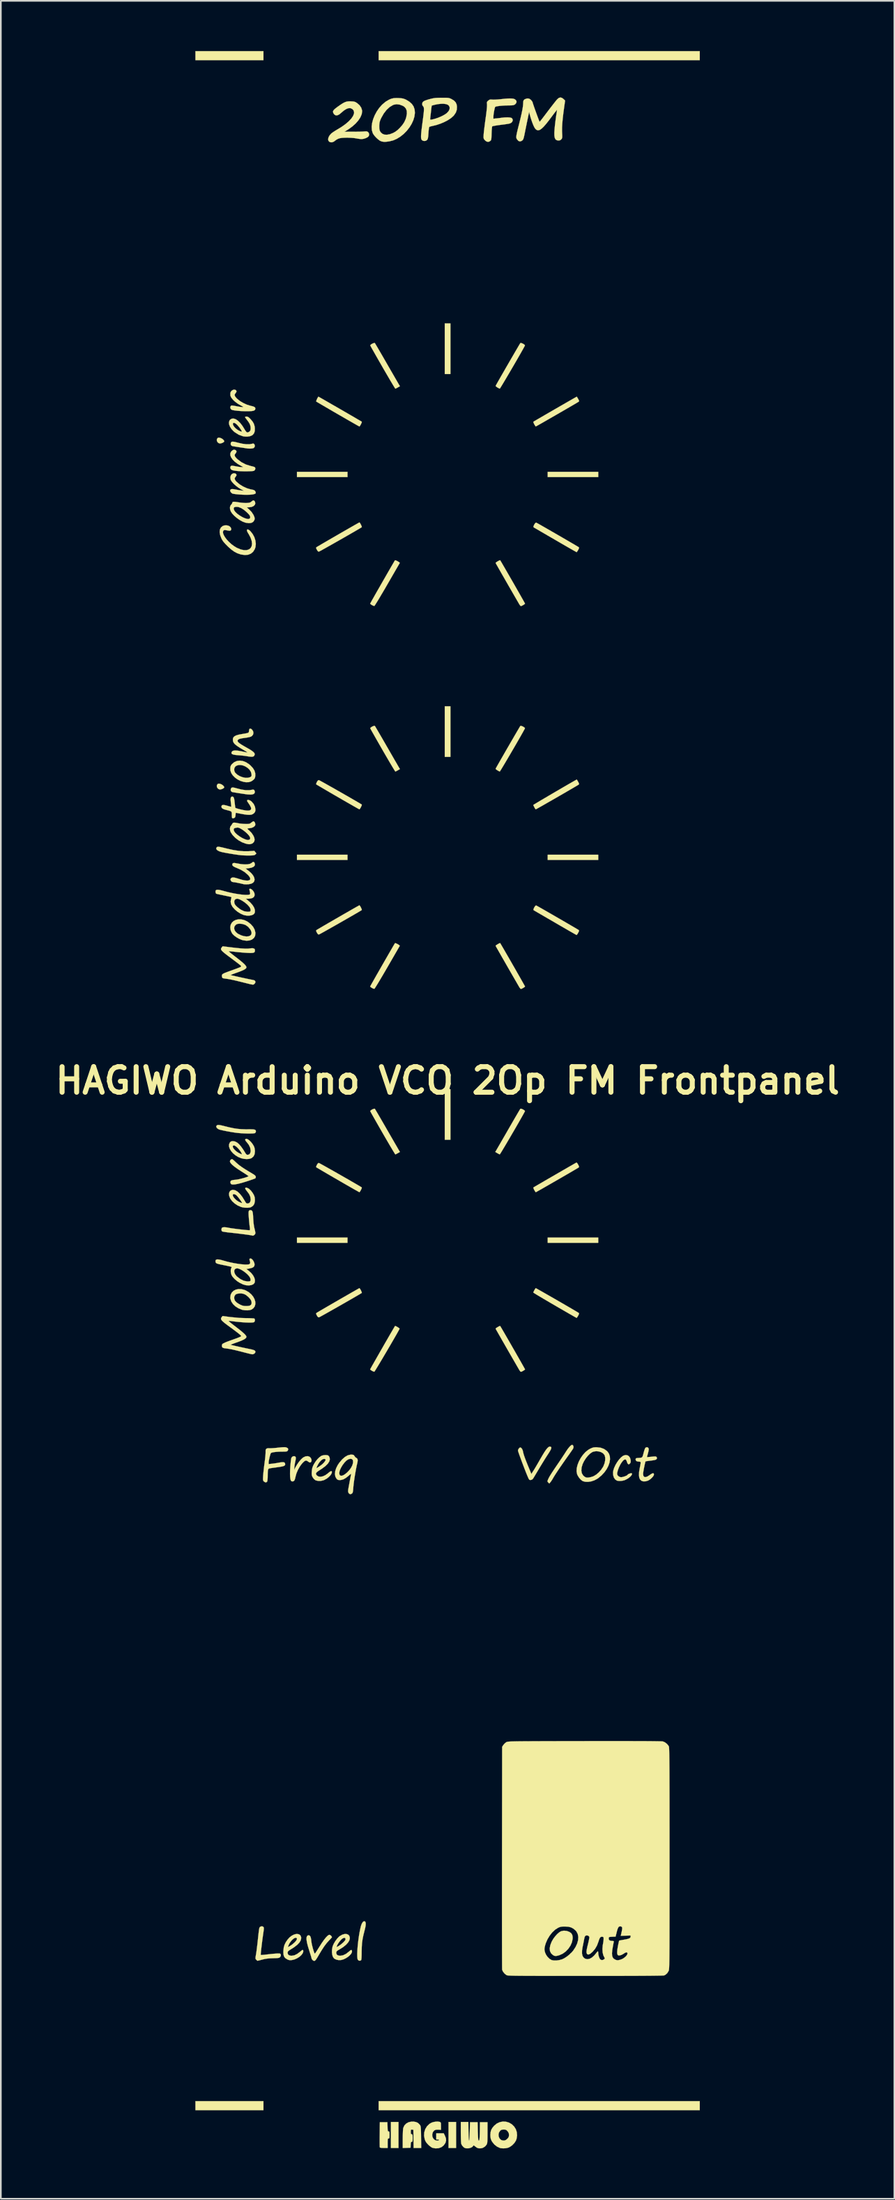
<source format=kicad_pcb>
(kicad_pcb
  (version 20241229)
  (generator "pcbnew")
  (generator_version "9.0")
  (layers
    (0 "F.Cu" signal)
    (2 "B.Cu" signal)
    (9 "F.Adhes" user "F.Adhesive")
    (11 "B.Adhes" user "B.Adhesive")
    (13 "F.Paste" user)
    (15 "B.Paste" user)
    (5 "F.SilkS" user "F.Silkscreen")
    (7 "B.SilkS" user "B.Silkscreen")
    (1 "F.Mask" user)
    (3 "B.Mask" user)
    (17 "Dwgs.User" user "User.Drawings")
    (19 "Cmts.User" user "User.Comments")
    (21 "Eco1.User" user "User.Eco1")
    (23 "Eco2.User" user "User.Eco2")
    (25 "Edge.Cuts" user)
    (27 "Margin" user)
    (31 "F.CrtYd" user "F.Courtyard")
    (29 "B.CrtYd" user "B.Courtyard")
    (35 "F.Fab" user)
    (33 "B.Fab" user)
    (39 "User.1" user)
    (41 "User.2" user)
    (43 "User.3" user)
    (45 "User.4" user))
  (footprint "HAGIWO Arduino VCO 2Op FM Frontpanel"
    (layer "F.Cu")
    (at 23.702 61.473)
    (property "Reference" "HAGIWO Arduino VCO 2Op FM Frontpanel" (at 0 0 0) (layer "F.SilkS") (effects (font (size 1.524 1.524) (thickness 0.3))))
    (attr through_hole)
    (fp_poly (pts (xy -11.007 -60.932) (xy -15.071 -60.932) (xy -15.071 -61.468) (xy -11.007 -61.468) (xy -11.007 -60.932)) (stroke (width 0.01) (type solid)) (fill yes) (layer "F.SilkS"))
    (fp_poly (pts (xy -11.007 61.468) (xy -15.071 61.468) (xy -15.071 60.932) (xy -11.007 60.932) (xy -11.007 61.468)) (stroke (width 0.01) (type solid)) (fill yes) (layer "F.SilkS"))
    (fp_poly (pts (xy -5.983 -36.04) (xy -9.003 -36.04) (xy -9.003 -36.35) (xy -5.983 -36.35) (xy -5.983 -36.04)) (stroke (width 0.01) (type solid)) (fill yes) (layer "F.SilkS"))
    (fp_poly (pts (xy -5.983 -13.18) (xy -9.003 -13.18) (xy -9.003 -13.49) (xy -5.983 -13.49) (xy -5.983 -13.18)) (stroke (width 0.01) (type solid)) (fill yes) (layer "F.SilkS"))
    (fp_poly (pts (xy -5.983 9.68) (xy -9.003 9.68) (xy -9.003 9.37) (xy -5.983 9.37) (xy -5.983 9.68)) (stroke (width 0.01) (type solid)) (fill yes) (layer "F.SilkS"))
    (fp_poly (pts (xy -2.935 63.726) (xy -3.387 63.726) (xy -3.387 62.174) (xy -2.935 62.174) (xy -2.935 63.726)) (stroke (width 0.01) (type solid)) (fill yes) (layer "F.SilkS"))
    (fp_poly (pts (xy 0.169 -42.192) (xy -0.169 -42.192) (xy -0.169 -45.212) (xy 0.169 -45.212) (xy 0.169 -42.192)) (stroke (width 0.01) (type solid)) (fill yes) (layer "F.SilkS"))
    (fp_poly (pts (xy 0.169 -19.332) (xy -0.169 -19.332) (xy -0.169 -22.352) (xy 0.169 -22.352) (xy 0.169 -19.332)) (stroke (width 0.01) (type solid)) (fill yes) (layer "F.SilkS"))
    (fp_poly (pts (xy 0.169 3.528) (xy -0.169 3.528) (xy -0.169 0.508) (xy 0.169 0.508) (xy 0.169 3.528)) (stroke (width 0.01) (type solid)) (fill yes) (layer "F.SilkS"))
    (fp_poly (pts (xy 0.508 63.726) (xy 0.056 63.726) (xy 0.056 62.174) (xy 0.508 62.174) (xy 0.508 63.726)) (stroke (width 0.01) (type solid)) (fill yes) (layer "F.SilkS"))
    (fp_poly (pts (xy 9.003 -36.04) (xy 5.983 -36.04) (xy 5.983 -36.35) (xy 9.003 -36.35) (xy 9.003 -36.04)) (stroke (width 0.01) (type solid)) (fill yes) (layer "F.SilkS"))
    (fp_poly (pts (xy 9.003 -13.18) (xy 5.983 -13.18) (xy 5.983 -13.49) (xy 9.003 -13.49) (xy 9.003 -13.18)) (stroke (width 0.01) (type solid)) (fill yes) (layer "F.SilkS"))
    (fp_poly (pts (xy 9.003 9.68) (xy 5.983 9.68) (xy 5.983 9.37) (xy 9.003 9.37) (xy 9.003 9.68)) (stroke (width 0.01) (type solid)) (fill yes) (layer "F.SilkS"))
    (fp_poly (pts (xy 15.071 -60.932) (xy -4.12 -60.932) (xy -4.12 -61.468) (xy 15.071 -61.468) (xy 15.071 -60.932)) (stroke (width 0.01) (type solid)) (fill yes) (layer "F.SilkS"))
    (fp_poly (pts (xy 15.071 61.468) (xy -4.12 61.468) (xy -4.12 60.932) (xy 15.071 60.932) (xy 15.071 61.468)) (stroke (width 0.01) (type solid)) (fill yes) (layer "F.SilkS"))
    (fp_poly (pts (xy -13.591 -38.379) (xy -13.496 -38.338) (xy -13.414 -38.279) (xy -13.361 -38.212) (xy -13.349 -38.17) (xy -13.374 -38.131) (xy -13.436 -38.091) (xy -13.518 -38.059) (xy -13.601 -38.044) (xy -13.611 -38.044) (xy -13.678 -38.063) (xy -13.739 -38.109) (xy -13.79 -38.194) (xy -13.795 -38.283) (xy -13.755 -38.358) (xy -13.75 -38.363) (xy -13.705 -38.391) (xy -13.648 -38.392) (xy -13.591 -38.379)) (stroke (width 0.01) (type solid)) (fill yes) (layer "F.SilkS"))
    (fp_poly (pts (xy -13.591 -17.721) (xy -13.496 -17.68) (xy -13.414 -17.62) (xy -13.361 -17.554) (xy -13.349 -17.512) (xy -13.374 -17.472) (xy -13.436 -17.432) (xy -13.518 -17.4) (xy -13.601 -17.385) (xy -13.611 -17.385) (xy -13.678 -17.405) (xy -13.739 -17.45) (xy -13.79 -17.535) (xy -13.795 -17.624) (xy -13.755 -17.7) (xy -13.75 -17.704) (xy -13.705 -17.733) (xy -13.648 -17.734) (xy -13.591 -17.721)) (stroke (width 0.01) (type solid)) (fill yes) (layer "F.SilkS"))
    (fp_poly (pts (xy 7.128 50.77) (xy 7.281 50.828) (xy 7.386 50.902) (xy 7.449 51) (xy 7.475 51.132) (xy 7.474 51.235) (xy 7.433 51.441) (xy 7.345 51.643) (xy 7.217 51.832) (xy 7.057 51.998) (xy 6.873 52.13) (xy 6.674 52.219) (xy 6.662 52.222) (xy 6.538 52.255) (xy 6.448 52.264) (xy 6.375 52.25) (xy 6.301 52.21) (xy 6.291 52.203) (xy 6.181 52.099) (xy 6.118 51.966) (xy 6.104 51.806) (xy 6.137 51.621) (xy 6.218 51.413) (xy 6.225 51.398) (xy 6.316 51.241) (xy 6.428 51.09) (xy 6.55 50.956) (xy 6.673 50.85) (xy 6.785 50.785) (xy 6.789 50.784) (xy 6.953 50.751) (xy 7.128 50.77)) (stroke (width 0.01) (type solid)) (fill yes) (layer "F.SilkS"))
    (fp_poly (pts (xy -12.718 -17.484) (xy -12.617 -17.456) (xy -12.326 -17.382) (xy -12.07 -17.344) (xy -11.852 -17.343) (xy -11.762 -17.356) (xy -11.665 -17.373) (xy -11.608 -17.376) (xy -11.574 -17.364) (xy -11.55 -17.338) (xy -11.523 -17.269) (xy -11.521 -17.216) (xy -11.553 -17.145) (xy -11.63 -17.1) (xy -11.755 -17.081) (xy -11.929 -17.088) (xy -11.98 -17.093) (xy -12.068 -17.105) (xy -12.187 -17.122) (xy -12.325 -17.143) (xy -12.47 -17.165) (xy -12.609 -17.187) (xy -12.731 -17.207) (xy -12.823 -17.223) (xy -12.873 -17.232) (xy -12.876 -17.233) (xy -12.939 -17.277) (xy -12.967 -17.352) (xy -12.956 -17.422) (xy -12.928 -17.474) (xy -12.885 -17.501) (xy -12.819 -17.504) (xy -12.718 -17.484)) (stroke (width 0.01) (type solid)) (fill yes) (layer "F.SilkS"))
    (fp_poly (pts (xy -12.722 -38.138) (xy -12.58 -38.103) (xy -12.529 -38.089) (xy -12.268 -38.029) (xy -12.034 -37.999) (xy -11.835 -38) (xy -11.736 -38.016) (xy -11.649 -38.035) (xy -11.599 -38.036) (xy -11.568 -38.019) (xy -11.551 -37.998) (xy -11.52 -37.916) (xy -11.535 -37.834) (xy -11.592 -37.773) (xy -11.599 -37.769) (xy -11.682 -37.747) (xy -11.801 -37.738) (xy -11.937 -37.744) (xy -11.994 -37.752) (xy -12.048 -37.76) (xy -12.144 -37.775) (xy -12.271 -37.794) (xy -12.416 -37.815) (xy -12.446 -37.82) (xy -12.59 -37.842) (xy -12.717 -37.863) (xy -12.814 -37.879) (xy -12.871 -37.89) (xy -12.876 -37.892) (xy -12.94 -37.936) (xy -12.966 -38.011) (xy -12.955 -38.084) (xy -12.929 -38.127) (xy -12.888 -38.15) (xy -12.822 -38.153) (xy -12.722 -38.138)) (stroke (width 0.01) (type solid)) (fill yes) (layer "F.SilkS"))
    (fp_poly (pts (xy -3.59 62.463) (xy -3.586 62.59) (xy -3.579 62.67) (xy -3.568 62.715) (xy -3.551 62.734) (xy -3.527 62.738) (xy -3.498 62.743) (xy -3.482 62.767) (xy -3.474 62.82) (xy -3.471 62.915) (xy -3.471 62.95) (xy -3.473 63.058) (xy -3.479 63.121) (xy -3.493 63.152) (xy -3.518 63.161) (xy -3.528 63.161) (xy -3.553 63.165) (xy -3.57 63.184) (xy -3.579 63.227) (xy -3.583 63.305) (xy -3.584 63.428) (xy -3.584 63.444) (xy -3.584 63.726) (xy -3.811 63.726) (xy -3.941 63.722) (xy -4.02 63.71) (xy -4.051 63.69) (xy -4.055 63.653) (xy -4.057 63.568) (xy -4.059 63.442) (xy -4.059 63.283) (xy -4.059 63.099) (xy -4.057 62.921) (xy -4.05 62.188) (xy -3.598 62.188) (xy -3.59 62.463)) (stroke (width 0.01) (type solid)) (fill yes) (layer "F.SilkS"))
    (fp_poly (pts (xy -4.945 50.197) (xy -4.907 50.244) (xy -4.891 50.326) (xy -4.899 50.446) (xy -4.93 50.611) (xy -4.969 50.763) (xy -5.036 51.032) (xy -5.084 51.27) (xy -5.115 51.499) (xy -5.131 51.74) (xy -5.136 52.014) (xy -5.136 52.029) (xy -5.138 52.226) (xy -5.144 52.37) (xy -5.153 52.464) (xy -5.167 52.512) (xy -5.17 52.516) (xy -5.237 52.548) (xy -5.311 52.537) (xy -5.367 52.487) (xy -5.368 52.486) (xy -5.389 52.413) (xy -5.399 52.293) (xy -5.401 52.134) (xy -5.393 51.943) (xy -5.378 51.73) (xy -5.356 51.502) (xy -5.327 51.267) (xy -5.293 51.033) (xy -5.254 50.809) (xy -5.211 50.603) (xy -5.174 50.456) (xy -5.129 50.335) (xy -5.074 50.245) (xy -5.013 50.195) (xy -4.955 50.192) (xy -4.945 50.197)) (stroke (width 0.01) (type solid)) (fill yes) (layer "F.SilkS"))
    (fp_poly (pts (xy -13.609 -13.954) (xy -13.5 -13.931) (xy -13.35 -13.896) (xy -13.208 -13.86) (xy -12.835 -13.776) (xy -12.499 -13.722) (xy -12.189 -13.697) (xy -11.895 -13.698) (xy -11.852 -13.701) (xy -11.55 -13.72) (xy -11.489 -13.642) (xy -11.428 -13.565) (xy -11.486 -13.507) (xy -11.519 -13.48) (xy -11.563 -13.463) (xy -11.63 -13.452) (xy -11.731 -13.446) (xy -11.847 -13.444) (xy -12.002 -13.444) (xy -12.164 -13.449) (xy -12.307 -13.457) (xy -12.364 -13.463) (xy -12.524 -13.483) (xy -12.715 -13.51) (xy -12.92 -13.543) (xy -13.124 -13.577) (xy -13.31 -13.611) (xy -13.46 -13.641) (xy -13.493 -13.648) (xy -13.642 -13.693) (xy -13.75 -13.748) (xy -13.814 -13.81) (xy -13.83 -13.875) (xy -13.795 -13.936) (xy -13.77 -13.955) (xy -13.736 -13.965) (xy -13.685 -13.965) (xy -13.609 -13.954)) (stroke (width 0.01) (type solid)) (fill yes) (layer "F.SilkS"))
    (fp_poly (pts (xy -3.112 -8.208) (xy -3.052 -8.185) (xy -2.981 -8.149) (xy -2.918 -8.108) (xy -2.916 -8.106) (xy -2.855 -8.057) (xy -3.597 -6.773) (xy -3.74 -6.527) (xy -3.875 -6.297) (xy -4 -6.086) (xy -4.112 -5.899) (xy -4.208 -5.741) (xy -4.285 -5.617) (xy -4.341 -5.531) (xy -4.373 -5.487) (xy -4.378 -5.482) (xy -4.425 -5.492) (xy -4.496 -5.523) (xy -4.523 -5.537) (xy -4.587 -5.58) (xy -4.625 -5.613) (xy -4.628 -5.622) (xy -4.615 -5.648) (xy -4.576 -5.718) (xy -4.516 -5.826) (xy -4.436 -5.966) (xy -4.342 -6.133) (xy -4.235 -6.321) (xy -4.118 -6.524) (xy -3.996 -6.738) (xy -3.871 -6.956) (xy -3.746 -7.173) (xy -3.625 -7.383) (xy -3.511 -7.582) (xy -3.406 -7.762) (xy -3.315 -7.92) (xy -3.24 -8.049) (xy -3.184 -8.143) (xy -3.151 -8.198) (xy -3.144 -8.209) (xy -3.112 -8.208)) (stroke (width 0.01) (type solid)) (fill yes) (layer "F.SilkS"))
    (fp_poly (pts (xy -3.112 -31.068) (xy -3.052 -31.045) (xy -2.981 -31.008) (xy -2.918 -30.967) (xy -2.916 -30.966) (xy -2.855 -30.917) (xy -3.598 -29.633) (xy -3.74 -29.387) (xy -3.876 -29.157) (xy -4.001 -28.946) (xy -4.112 -28.759) (xy -4.208 -28.601) (xy -4.286 -28.477) (xy -4.341 -28.391) (xy -4.373 -28.347) (xy -4.378 -28.342) (xy -4.425 -28.352) (xy -4.496 -28.383) (xy -4.523 -28.397) (xy -4.587 -28.44) (xy -4.625 -28.474) (xy -4.628 -28.482) (xy -4.615 -28.508) (xy -4.576 -28.578) (xy -4.516 -28.686) (xy -4.436 -28.826) (xy -4.342 -28.993) (xy -4.235 -29.181) (xy -4.118 -29.384) (xy -3.996 -29.598) (xy -3.871 -29.816) (xy -3.746 -30.033) (xy -3.625 -30.244) (xy -3.511 -30.442) (xy -3.407 -30.623) (xy -3.315 -30.78) (xy -3.24 -30.909) (xy -3.185 -31.004) (xy -3.152 -31.058) (xy -3.144 -31.069) (xy -3.112 -31.068)) (stroke (width 0.01) (type solid)) (fill yes) (layer "F.SilkS"))
    (fp_poly (pts (xy -13.644 2.649) (xy -13.542 2.667) (xy -13.4 2.7) (xy -13.308 2.724) (xy -13.025 2.793) (xy -12.779 2.844) (xy -12.553 2.878) (xy -12.333 2.897) (xy -12.101 2.905) (xy -11.963 2.905) (xy -11.781 2.904) (xy -11.649 2.908) (xy -11.558 2.918) (xy -11.501 2.938) (xy -11.471 2.968) (xy -11.459 3.011) (xy -11.458 3.036) (xy -11.48 3.101) (xy -11.513 3.132) (xy -11.567 3.144) (xy -11.668 3.153) (xy -11.803 3.156) (xy -11.962 3.156) (xy -12.135 3.151) (xy -12.311 3.142) (xy -12.479 3.129) (xy -12.587 3.118) (xy -12.731 3.098) (xy -12.897 3.072) (xy -13.073 3.041) (xy -13.247 3.009) (xy -13.407 2.976) (xy -13.54 2.946) (xy -13.635 2.921) (xy -13.662 2.912) (xy -13.754 2.86) (xy -13.811 2.798) (xy -13.828 2.734) (xy -13.801 2.679) (xy -13.758 2.653) (xy -13.713 2.645) (xy -13.644 2.649)) (stroke (width 0.01) (type solid)) (fill yes) (layer "F.SilkS"))
    (fp_poly (pts (xy 7.508 21.793) (xy 7.527 21.868) (xy 7.511 21.951) (xy 7.506 21.961) (xy 7.478 22.006) (xy 7.423 22.087) (xy 7.348 22.195) (xy 7.26 22.321) (xy 7.197 22.408) (xy 7.043 22.625) (xy 6.892 22.841) (xy 6.747 23.05) (xy 6.614 23.246) (xy 6.498 23.421) (xy 6.403 23.568) (xy 6.334 23.681) (xy 6.308 23.726) (xy 6.25 23.826) (xy 6.186 23.922) (xy 6.154 23.964) (xy 6.078 24.055) (xy 6.016 23.994) (xy 5.978 23.95) (xy 5.969 23.911) (xy 5.988 23.852) (xy 5.998 23.826) (xy 6.028 23.759) (xy 6.065 23.687) (xy 6.112 23.604) (xy 6.174 23.503) (xy 6.254 23.379) (xy 6.356 23.225) (xy 6.485 23.034) (xy 6.575 22.902) (xy 6.69 22.733) (xy 6.802 22.567) (xy 6.903 22.415) (xy 6.988 22.287) (xy 7.05 22.19) (xy 7.071 22.156) (xy 7.169 22.009) (xy 7.262 21.889) (xy 7.346 21.801) (xy 7.414 21.752) (xy 7.458 21.746) (xy 7.508 21.793)) (stroke (width 0.01) (type solid)) (fill yes) (layer "F.SilkS"))
    (fp_poly (pts (xy 3.142 -31.072) (xy 3.16 -31.043) (xy 3.203 -30.971) (xy 3.268 -30.861) (xy 3.35 -30.719) (xy 3.448 -30.551) (xy 3.557 -30.362) (xy 3.675 -30.158) (xy 3.798 -29.944) (xy 3.924 -29.726) (xy 4.048 -29.508) (xy 4.168 -29.298) (xy 4.281 -29.101) (xy 4.383 -28.921) (xy 4.472 -28.764) (xy 4.544 -28.637) (xy 4.595 -28.544) (xy 4.624 -28.492) (xy 4.628 -28.482) (xy 4.606 -28.455) (xy 4.551 -28.417) (xy 4.481 -28.376) (xy 4.417 -28.346) (xy 4.379 -28.335) (xy 4.348 -28.358) (xy 4.304 -28.415) (xy 4.279 -28.455) (xy 4.163 -28.655) (xy 4.038 -28.872) (xy 3.906 -29.1) (xy 3.77 -29.335) (xy 3.634 -29.571) (xy 3.501 -29.803) (xy 3.373 -30.027) (xy 3.252 -30.236) (xy 3.144 -30.426) (xy 3.049 -30.592) (xy 2.971 -30.729) (xy 2.913 -30.831) (xy 2.879 -30.893) (xy 2.869 -30.911) (xy 2.889 -30.936) (xy 2.941 -30.974) (xy 3.01 -31.017) (xy 3.078 -31.053) (xy 3.127 -31.072) (xy 3.142 -31.072)) (stroke (width 0.01) (type solid)) (fill yes) (layer "F.SilkS"))
    (fp_poly (pts (xy 3.142 -8.212) (xy 3.16 -8.183) (xy 3.203 -8.111) (xy 3.267 -8.002) (xy 3.35 -7.86) (xy 3.447 -7.692) (xy 3.556 -7.503) (xy 3.674 -7.299) (xy 3.797 -7.085) (xy 3.922 -6.867) (xy 4.047 -6.65) (xy 4.167 -6.439) (xy 4.28 -6.241) (xy 4.383 -6.061) (xy 4.471 -5.905) (xy 4.543 -5.777) (xy 4.595 -5.684) (xy 4.624 -5.631) (xy 4.628 -5.621) (xy 4.606 -5.595) (xy 4.551 -5.557) (xy 4.482 -5.516) (xy 4.417 -5.486) (xy 4.379 -5.475) (xy 4.348 -5.498) (xy 4.304 -5.555) (xy 4.279 -5.595) (xy 4.163 -5.795) (xy 4.038 -6.012) (xy 3.906 -6.24) (xy 3.77 -6.475) (xy 3.634 -6.711) (xy 3.501 -6.943) (xy 3.373 -7.167) (xy 3.252 -7.376) (xy 3.144 -7.566) (xy 3.049 -7.732) (xy 2.971 -7.869) (xy 2.913 -7.971) (xy 2.879 -8.033) (xy 2.869 -8.051) (xy 2.889 -8.076) (xy 2.941 -8.114) (xy 3.01 -8.157) (xy 3.078 -8.193) (xy 3.128 -8.212) (xy 3.142 -8.212)) (stroke (width 0.01) (type solid)) (fill yes) (layer "F.SilkS"))
    (fp_poly (pts (xy 3.142 14.648) (xy 3.16 14.677) (xy 3.203 14.749) (xy 3.267 14.858) (xy 3.35 15) (xy 3.447 15.168) (xy 3.556 15.357) (xy 3.674 15.561) (xy 3.797 15.775) (xy 3.922 15.993) (xy 4.047 16.21) (xy 4.167 16.421) (xy 4.28 16.619) (xy 4.383 16.799) (xy 4.471 16.955) (xy 4.543 17.083) (xy 4.595 17.176) (xy 4.624 17.229) (xy 4.628 17.239) (xy 4.606 17.265) (xy 4.551 17.303) (xy 4.482 17.344) (xy 4.417 17.374) (xy 4.379 17.385) (xy 4.348 17.362) (xy 4.304 17.305) (xy 4.279 17.265) (xy 4.163 17.065) (xy 4.038 16.848) (xy 3.906 16.62) (xy 3.77 16.385) (xy 3.634 16.149) (xy 3.501 15.917) (xy 3.373 15.693) (xy 3.252 15.484) (xy 3.144 15.294) (xy 3.049 15.128) (xy 2.971 14.991) (xy 2.913 14.889) (xy 2.879 14.827) (xy 2.869 14.809) (xy 2.889 14.784) (xy 2.941 14.746) (xy 3.01 14.703) (xy 3.078 14.667) (xy 3.128 14.648) (xy 3.142 14.648)) (stroke (width 0.01) (type solid)) (fill yes) (layer "F.SilkS"))
    (fp_poly (pts (xy -4.349 -44.04) (xy -4.33 -44.011) (xy -4.286 -43.937) (xy -4.219 -43.825) (xy -4.133 -43.678) (xy -4.03 -43.501) (xy -3.913 -43.3) (xy -3.785 -43.079) (xy -3.649 -42.843) (xy -3.64 -42.827) (xy -3.502 -42.588) (xy -3.371 -42.361) (xy -3.25 -42.152) (xy -3.143 -41.966) (xy -3.051 -41.808) (xy -2.979 -41.683) (xy -2.929 -41.596) (xy -2.903 -41.554) (xy -2.903 -41.553) (xy -2.849 -41.464) (xy -2.975 -41.391) (xy -3.051 -41.349) (xy -3.107 -41.322) (xy -3.124 -41.318) (xy -3.142 -41.341) (xy -3.185 -41.41) (xy -3.251 -41.518) (xy -3.337 -41.661) (xy -3.441 -41.835) (xy -3.558 -42.036) (xy -3.688 -42.258) (xy -3.827 -42.497) (xy -3.881 -42.591) (xy -4.022 -42.836) (xy -4.155 -43.068) (xy -4.276 -43.28) (xy -4.383 -43.469) (xy -4.474 -43.629) (xy -4.546 -43.756) (xy -4.595 -43.846) (xy -4.62 -43.893) (xy -4.623 -43.898) (xy -4.605 -43.932) (xy -4.552 -43.973) (xy -4.481 -44.012) (xy -4.411 -44.039) (xy -4.36 -44.046) (xy -4.349 -44.04)) (stroke (width 0.01) (type solid)) (fill yes) (layer "F.SilkS"))
    (fp_poly (pts (xy -4.349 -21.18) (xy -4.33 -21.151) (xy -4.286 -21.077) (xy -4.219 -20.965) (xy -4.133 -20.818) (xy -4.03 -20.641) (xy -3.913 -20.44) (xy -3.785 -20.219) (xy -3.649 -19.983) (xy -3.64 -19.967) (xy -3.502 -19.728) (xy -3.371 -19.501) (xy -3.25 -19.292) (xy -3.143 -19.106) (xy -3.051 -18.948) (xy -2.979 -18.823) (xy -2.929 -18.736) (xy -2.903 -18.694) (xy -2.903 -18.693) (xy -2.849 -18.604) (xy -2.975 -18.531) (xy -3.051 -18.489) (xy -3.107 -18.462) (xy -3.124 -18.458) (xy -3.142 -18.481) (xy -3.185 -18.55) (xy -3.251 -18.658) (xy -3.337 -18.801) (xy -3.441 -18.975) (xy -3.558 -19.176) (xy -3.688 -19.398) (xy -3.827 -19.637) (xy -3.881 -19.731) (xy -4.022 -19.976) (xy -4.155 -20.208) (xy -4.276 -20.42) (xy -4.383 -20.609) (xy -4.474 -20.769) (xy -4.546 -20.896) (xy -4.595 -20.986) (xy -4.62 -21.033) (xy -4.623 -21.038) (xy -4.605 -21.072) (xy -4.552 -21.113) (xy -4.481 -21.152) (xy -4.411 -21.179) (xy -4.36 -21.186) (xy -4.349 -21.18)) (stroke (width 0.01) (type solid)) (fill yes) (layer "F.SilkS"))
    (fp_poly (pts (xy -4.349 1.68) (xy -4.33 1.709) (xy -4.286 1.783) (xy -4.219 1.895) (xy -4.133 2.042) (xy -4.03 2.219) (xy -3.913 2.42) (xy -3.785 2.641) (xy -3.649 2.877) (xy -3.64 2.893) (xy -3.502 3.132) (xy -3.371 3.359) (xy -3.25 3.568) (xy -3.143 3.754) (xy -3.051 3.912) (xy -2.979 4.037) (xy -2.929 4.124) (xy -2.903 4.166) (xy -2.903 4.167) (xy -2.849 4.256) (xy -2.975 4.329) (xy -3.051 4.371) (xy -3.107 4.398) (xy -3.124 4.402) (xy -3.142 4.379) (xy -3.185 4.31) (xy -3.251 4.202) (xy -3.337 4.059) (xy -3.441 3.885) (xy -3.558 3.684) (xy -3.688 3.462) (xy -3.827 3.223) (xy -3.881 3.129) (xy -4.022 2.884) (xy -4.155 2.652) (xy -4.276 2.44) (xy -4.383 2.251) (xy -4.474 2.091) (xy -4.546 1.964) (xy -4.595 1.874) (xy -4.62 1.827) (xy -4.623 1.822) (xy -4.605 1.788) (xy -4.552 1.747) (xy -4.481 1.708) (xy -4.411 1.681) (xy -4.36 1.674) (xy -4.349 1.68)) (stroke (width 0.01) (type solid)) (fill yes) (layer "F.SilkS"))
    (fp_poly (pts (xy 4.453 1.696) (xy 4.525 1.731) (xy 4.588 1.773) (xy 4.621 1.811) (xy 4.623 1.823) (xy 4.606 1.859) (xy 4.564 1.937) (xy 4.501 2.051) (xy 4.419 2.196) (xy 4.322 2.367) (xy 4.212 2.558) (xy 4.094 2.763) (xy 3.97 2.977) (xy 3.843 3.194) (xy 3.717 3.41) (xy 3.595 3.617) (xy 3.48 3.812) (xy 3.375 3.988) (xy 3.284 4.14) (xy 3.21 4.262) (xy 3.156 4.349) (xy 3.124 4.395) (xy 3.119 4.401) (xy 3.08 4.387) (xy 3.012 4.352) (xy 2.97 4.328) (xy 2.85 4.255) (xy 2.904 4.167) (xy 2.928 4.125) (xy 2.978 4.039) (xy 3.05 3.915) (xy 3.141 3.758) (xy 3.248 3.572) (xy 3.369 3.363) (xy 3.5 3.137) (xy 3.637 2.898) (xy 3.64 2.893) (xy 3.777 2.656) (xy 3.905 2.434) (xy 4.023 2.231) (xy 4.127 2.053) (xy 4.214 1.904) (xy 4.282 1.789) (xy 4.328 1.713) (xy 4.349 1.68) (xy 4.349 1.68) (xy 4.388 1.675) (xy 4.453 1.696)) (stroke (width 0.01) (type solid)) (fill yes) (layer "F.SilkS"))
    (fp_poly (pts (xy -7.693 -40.824) (xy -7.624 -40.785) (xy -7.517 -40.724) (xy -7.378 -40.645) (xy -7.212 -40.55) (xy -7.025 -40.442) (xy -6.822 -40.325) (xy -6.609 -40.203) (xy -6.391 -40.077) (xy -6.174 -39.952) (xy -5.963 -39.83) (xy -5.765 -39.715) (xy -5.583 -39.61) (xy -5.425 -39.517) (xy -5.295 -39.441) (xy -5.198 -39.385) (xy -5.142 -39.351) (xy -5.129 -39.343) (xy -5.13 -39.311) (xy -5.153 -39.25) (xy -5.189 -39.177) (xy -5.227 -39.11) (xy -5.26 -39.067) (xy -5.273 -39.06) (xy -5.3 -39.074) (xy -5.372 -39.114) (xy -5.483 -39.176) (xy -5.629 -39.259) (xy -5.805 -39.36) (xy -6.008 -39.476) (xy -6.231 -39.605) (xy -6.471 -39.743) (xy -6.562 -39.796) (xy -6.807 -39.937) (xy -7.037 -40.071) (xy -7.248 -40.194) (xy -7.434 -40.303) (xy -7.593 -40.396) (xy -7.718 -40.469) (xy -7.805 -40.521) (xy -7.849 -40.549) (xy -7.854 -40.552) (xy -7.851 -40.583) (xy -7.828 -40.645) (xy -7.795 -40.719) (xy -7.759 -40.787) (xy -7.729 -40.831) (xy -7.719 -40.838) (xy -7.693 -40.824)) (stroke (width 0.01) (type solid)) (fill yes) (layer "F.SilkS"))
    (fp_poly (pts (xy -7.656 4.934) (xy -7.581 4.974) (xy -7.468 5.036) (xy -7.324 5.116) (xy -7.153 5.212) (xy -6.962 5.32) (xy -6.755 5.436) (xy -6.54 5.559) (xy -6.322 5.683) (xy -6.105 5.807) (xy -5.897 5.926) (xy -5.702 6.039) (xy -5.527 6.14) (xy -5.376 6.228) (xy -5.256 6.299) (xy -5.173 6.349) (xy -5.131 6.376) (xy -5.129 6.377) (xy -5.13 6.409) (xy -5.153 6.47) (xy -5.189 6.543) (xy -5.227 6.61) (xy -5.26 6.653) (xy -5.273 6.66) (xy -5.3 6.646) (xy -5.372 6.606) (xy -5.483 6.544) (xy -5.629 6.461) (xy -5.805 6.36) (xy -6.008 6.244) (xy -6.231 6.116) (xy -6.47 5.977) (xy -6.562 5.924) (xy -6.807 5.783) (xy -7.037 5.649) (xy -7.248 5.526) (xy -7.434 5.417) (xy -7.593 5.324) (xy -7.717 5.251) (xy -7.804 5.199) (xy -7.849 5.172) (xy -7.853 5.168) (xy -7.854 5.133) (xy -7.831 5.068) (xy -7.811 5.027) (xy -7.763 4.951) (xy -7.721 4.92) (xy -7.689 4.919) (xy -7.656 4.934)) (stroke (width 0.01) (type solid)) (fill yes) (layer "F.SilkS"))
    (fp_poly (pts (xy -7.656 -17.926) (xy -7.581 -17.886) (xy -7.468 -17.824) (xy -7.323 -17.744) (xy -7.153 -17.648) (xy -6.961 -17.54) (xy -6.755 -17.424) (xy -6.54 -17.301) (xy -6.321 -17.177) (xy -6.105 -17.053) (xy -5.896 -16.934) (xy -5.702 -16.821) (xy -5.526 -16.72) (xy -5.376 -16.632) (xy -5.256 -16.562) (xy -5.172 -16.511) (xy -5.131 -16.485) (xy -5.129 -16.483) (xy -5.13 -16.451) (xy -5.153 -16.39) (xy -5.189 -16.317) (xy -5.227 -16.25) (xy -5.26 -16.207) (xy -5.273 -16.2) (xy -5.3 -16.214) (xy -5.372 -16.254) (xy -5.483 -16.316) (xy -5.629 -16.399) (xy -5.805 -16.5) (xy -6.008 -16.616) (xy -6.231 -16.744) (xy -6.47 -16.883) (xy -6.562 -16.936) (xy -6.807 -17.077) (xy -7.037 -17.211) (xy -7.248 -17.334) (xy -7.434 -17.443) (xy -7.593 -17.536) (xy -7.717 -17.609) (xy -7.804 -17.661) (xy -7.849 -17.688) (xy -7.853 -17.692) (xy -7.854 -17.727) (xy -7.831 -17.792) (xy -7.811 -17.833) (xy -7.763 -17.909) (xy -7.721 -17.94) (xy -7.689 -17.941) (xy -7.656 -17.926)) (stroke (width 0.01) (type solid)) (fill yes) (layer "F.SilkS"))
    (fp_poly (pts (xy -3.112 14.652) (xy -3.053 14.679) (xy -2.984 14.719) (xy -2.919 14.762) (xy -2.877 14.797) (xy -2.87 14.81) (xy -2.886 14.846) (xy -2.928 14.924) (xy -2.992 15.039) (xy -3.074 15.184) (xy -3.172 15.355) (xy -3.283 15.546) (xy -3.402 15.751) (xy -3.527 15.964) (xy -3.654 16.181) (xy -3.781 16.396) (xy -3.903 16.603) (xy -4.019 16.797) (xy -4.124 16.972) (xy -4.215 17.122) (xy -4.289 17.243) (xy -4.343 17.328) (xy -4.373 17.372) (xy -4.378 17.378) (xy -4.425 17.368) (xy -4.496 17.337) (xy -4.523 17.323) (xy -4.587 17.28) (xy -4.625 17.247) (xy -4.628 17.239) (xy -4.615 17.212) (xy -4.576 17.142) (xy -4.516 17.034) (xy -4.436 16.894) (xy -4.341 16.727) (xy -4.234 16.539) (xy -4.118 16.336) (xy -3.996 16.122) (xy -3.87 15.904) (xy -3.746 15.686) (xy -3.624 15.476) (xy -3.51 15.277) (xy -3.405 15.096) (xy -3.313 14.938) (xy -3.238 14.809) (xy -3.182 14.715) (xy -3.149 14.659) (xy -3.141 14.648) (xy -3.112 14.652)) (stroke (width 0.01) (type solid)) (fill yes) (layer "F.SilkS"))
    (fp_poly (pts (xy 4.453 -21.164) (xy 4.525 -21.129) (xy 4.588 -21.087) (xy 4.621 -21.049) (xy 4.623 -21.037) (xy 4.606 -21.001) (xy 4.564 -20.923) (xy 4.501 -20.809) (xy 4.419 -20.664) (xy 4.322 -20.493) (xy 4.212 -20.302) (xy 4.094 -20.097) (xy 3.97 -19.883) (xy 3.843 -19.666) (xy 3.717 -19.45) (xy 3.595 -19.243) (xy 3.48 -19.048) (xy 3.375 -18.872) (xy 3.284 -18.72) (xy 3.21 -18.598) (xy 3.156 -18.511) (xy 3.124 -18.465) (xy 3.119 -18.458) (xy 3.079 -18.473) (xy 3.013 -18.508) (xy 2.977 -18.529) (xy 2.912 -18.575) (xy 2.874 -18.61) (xy 2.87 -18.621) (xy 2.885 -18.65) (xy 2.925 -18.723) (xy 2.987 -18.833) (xy 3.068 -18.975) (xy 3.164 -19.143) (xy 3.273 -19.332) (xy 3.39 -19.536) (xy 3.513 -19.75) (xy 3.639 -19.967) (xy 3.764 -20.183) (xy 3.885 -20.391) (xy 3.999 -20.587) (xy 4.102 -20.764) (xy 4.192 -20.917) (xy 4.264 -21.04) (xy 4.316 -21.128) (xy 4.345 -21.174) (xy 4.35 -21.18) (xy 4.388 -21.185) (xy 4.453 -21.164)) (stroke (width 0.01) (type solid)) (fill yes) (layer "F.SilkS"))
    (fp_poly (pts (xy 4.453 -44.024) (xy 4.525 -43.989) (xy 4.588 -43.947) (xy 4.621 -43.908) (xy 4.623 -43.897) (xy 4.606 -43.861) (xy 4.564 -43.783) (xy 4.501 -43.669) (xy 4.419 -43.523) (xy 4.322 -43.353) (xy 4.212 -43.162) (xy 4.094 -42.957) (xy 3.97 -42.743) (xy 3.843 -42.526) (xy 3.717 -42.31) (xy 3.595 -42.103) (xy 3.48 -41.908) (xy 3.375 -41.732) (xy 3.284 -41.58) (xy 3.21 -41.458) (xy 3.156 -41.371) (xy 3.124 -41.325) (xy 3.119 -41.319) (xy 3.079 -41.333) (xy 3.013 -41.368) (xy 2.977 -41.389) (xy 2.912 -41.435) (xy 2.874 -41.47) (xy 2.87 -41.481) (xy 2.885 -41.51) (xy 2.925 -41.583) (xy 2.987 -41.693) (xy 3.068 -41.835) (xy 3.164 -42.003) (xy 3.273 -42.192) (xy 3.39 -42.396) (xy 3.513 -42.61) (xy 3.639 -42.827) (xy 3.764 -43.043) (xy 3.885 -43.251) (xy 3.999 -43.447) (xy 4.102 -43.624) (xy 4.192 -43.777) (xy 4.264 -43.9) (xy 4.316 -43.988) (xy 4.345 -44.034) (xy 4.35 -44.04) (xy 4.388 -44.045) (xy 4.453 -44.024)) (stroke (width 0.01) (type solid)) (fill yes) (layer "F.SilkS"))
    (fp_poly (pts (xy -5.245 12.412) (xy -5.209 12.469) (xy -5.171 12.541) (xy -5.141 12.611) (xy -5.127 12.66) (xy -5.129 12.673) (xy -5.163 12.695) (xy -5.24 12.742) (xy -5.355 12.81) (xy -5.501 12.895) (xy -5.673 12.995) (xy -5.865 13.105) (xy -6.072 13.224) (xy -6.287 13.347) (xy -6.506 13.472) (xy -6.722 13.595) (xy -6.93 13.712) (xy -7.124 13.822) (xy -7.298 13.92) (xy -7.448 14.003) (xy -7.566 14.068) (xy -7.647 14.112) (xy -7.687 14.131) (xy -7.689 14.131) (xy -7.733 14.125) (xy -7.776 14.081) (xy -7.812 14.021) (xy -7.849 13.948) (xy -7.86 13.906) (xy -7.846 13.88) (xy -7.827 13.865) (xy -7.792 13.843) (xy -7.715 13.796) (xy -7.601 13.729) (xy -7.456 13.645) (xy -7.285 13.545) (xy -7.095 13.435) (xy -6.89 13.316) (xy -6.676 13.193) (xy -6.459 13.067) (xy -6.245 12.944) (xy -6.038 12.825) (xy -5.844 12.714) (xy -5.67 12.614) (xy -5.52 12.529) (xy -5.401 12.461) (xy -5.317 12.414) (xy -5.274 12.391) (xy -5.27 12.39) (xy -5.245 12.412)) (stroke (width 0.01) (type solid)) (fill yes) (layer "F.SilkS"))
    (fp_poly (pts (xy -5.245 -33.308) (xy -5.209 -33.251) (xy -5.171 -33.179) (xy -5.141 -33.109) (xy -5.127 -33.06) (xy -5.129 -33.048) (xy -5.163 -33.025) (xy -5.24 -32.978) (xy -5.355 -32.91) (xy -5.501 -32.825) (xy -5.673 -32.726) (xy -5.865 -32.615) (xy -6.071 -32.497) (xy -6.287 -32.373) (xy -6.505 -32.249) (xy -6.722 -32.126) (xy -6.93 -32.008) (xy -7.124 -31.899) (xy -7.298 -31.801) (xy -7.447 -31.718) (xy -7.566 -31.652) (xy -7.648 -31.609) (xy -7.687 -31.589) (xy -7.689 -31.588) (xy -7.734 -31.595) (xy -7.777 -31.641) (xy -7.812 -31.699) (xy -7.849 -31.772) (xy -7.86 -31.814) (xy -7.846 -31.84) (xy -7.826 -31.857) (xy -7.791 -31.879) (xy -7.713 -31.925) (xy -7.599 -31.992) (xy -7.454 -32.077) (xy -7.283 -32.176) (xy -7.093 -32.287) (xy -6.888 -32.405) (xy -6.674 -32.529) (xy -6.457 -32.654) (xy -6.243 -32.778) (xy -6.036 -32.896) (xy -5.843 -33.007) (xy -5.669 -33.107) (xy -5.519 -33.192) (xy -5.4 -33.259) (xy -5.316 -33.306) (xy -5.274 -33.329) (xy -5.27 -33.33) (xy -5.245 -33.308)) (stroke (width 0.01) (type solid)) (fill yes) (layer "F.SilkS"))
    (fp_poly (pts (xy -5.245 -10.448) (xy -5.209 -10.391) (xy -5.171 -10.319) (xy -5.141 -10.249) (xy -5.127 -10.2) (xy -5.129 -10.187) (xy -5.163 -10.165) (xy -5.24 -10.118) (xy -5.355 -10.05) (xy -5.501 -9.965) (xy -5.673 -9.865) (xy -5.865 -9.755) (xy -6.072 -9.636) (xy -6.287 -9.513) (xy -6.506 -9.388) (xy -6.722 -9.265) (xy -6.93 -9.148) (xy -7.124 -9.038) (xy -7.298 -8.94) (xy -7.448 -8.857) (xy -7.566 -8.792) (xy -7.647 -8.748) (xy -7.687 -8.729) (xy -7.689 -8.729) (xy -7.733 -8.735) (xy -7.776 -8.779) (xy -7.812 -8.839) (xy -7.849 -8.912) (xy -7.86 -8.954) (xy -7.846 -8.98) (xy -7.826 -8.997) (xy -7.791 -9.019) (xy -7.713 -9.065) (xy -7.599 -9.132) (xy -7.454 -9.217) (xy -7.283 -9.316) (xy -7.093 -9.427) (xy -6.888 -9.545) (xy -6.674 -9.669) (xy -6.457 -9.794) (xy -6.243 -9.918) (xy -6.036 -10.036) (xy -5.843 -10.147) (xy -5.669 -10.247) (xy -5.519 -10.332) (xy -5.4 -10.399) (xy -5.316 -10.446) (xy -5.274 -10.469) (xy -5.27 -10.47) (xy -5.245 -10.448)) (stroke (width 0.01) (type solid)) (fill yes) (layer "F.SilkS"))
    (fp_poly (pts (xy 5.297 12.403) (xy 5.368 12.442) (xy 5.476 12.503) (xy 5.617 12.582) (xy 5.784 12.678) (xy 5.972 12.785) (xy 6.176 12.902) (xy 6.389 13.024) (xy 6.607 13.15) (xy 6.823 13.274) (xy 7.032 13.395) (xy 7.229 13.51) (xy 7.408 13.614) (xy 7.563 13.704) (xy 7.689 13.779) (xy 7.78 13.833) (xy 7.831 13.865) (xy 7.84 13.871) (xy 7.856 13.9) (xy 7.846 13.947) (xy 7.807 14.026) (xy 7.802 14.035) (xy 7.758 14.108) (xy 7.723 14.155) (xy 7.709 14.165) (xy 7.682 14.15) (xy 7.61 14.11) (xy 7.499 14.047) (xy 7.353 13.964) (xy 7.177 13.862) (xy 6.974 13.745) (xy 6.751 13.616) (xy 6.51 13.477) (xy 6.406 13.417) (xy 6.161 13.274) (xy 5.931 13.139) (xy 5.721 13.016) (xy 5.535 12.905) (xy 5.378 12.812) (xy 5.255 12.737) (xy 5.17 12.683) (xy 5.127 12.655) (xy 5.123 12.65) (xy 5.136 12.611) (xy 5.167 12.547) (xy 5.206 12.477) (xy 5.243 12.418) (xy 5.267 12.39) (xy 5.269 12.39) (xy 5.297 12.403)) (stroke (width 0.01) (type solid)) (fill yes) (layer "F.SilkS"))
    (fp_poly (pts (xy 5.33 -33.301) (xy 5.407 -33.258) (xy 5.522 -33.194) (xy 5.667 -33.111) (xy 5.839 -33.013) (xy 6.031 -32.903) (xy 6.237 -32.784) (xy 6.452 -32.66) (xy 6.669 -32.535) (xy 6.885 -32.41) (xy 7.091 -32.29) (xy 7.284 -32.178) (xy 7.457 -32.077) (xy 7.605 -31.991) (xy 7.721 -31.922) (xy 7.801 -31.874) (xy 7.838 -31.851) (xy 7.84 -31.849) (xy 7.856 -31.82) (xy 7.846 -31.773) (xy 7.807 -31.694) (xy 7.802 -31.685) (xy 7.758 -31.612) (xy 7.723 -31.565) (xy 7.709 -31.555) (xy 7.682 -31.57) (xy 7.61 -31.61) (xy 7.5 -31.673) (xy 7.354 -31.756) (xy 7.178 -31.857) (xy 6.976 -31.974) (xy 6.753 -32.102) (xy 6.515 -32.241) (xy 6.435 -32.287) (xy 6.191 -32.429) (xy 5.961 -32.562) (xy 5.75 -32.685) (xy 5.563 -32.793) (xy 5.404 -32.886) (xy 5.279 -32.959) (xy 5.191 -33.01) (xy 5.146 -33.036) (xy 5.141 -33.039) (xy 5.131 -33.075) (xy 5.148 -33.137) (xy 5.183 -33.208) (xy 5.226 -33.273) (xy 5.269 -33.314) (xy 5.295 -33.319) (xy 5.33 -33.301)) (stroke (width 0.01) (type solid)) (fill yes) (layer "F.SilkS"))
    (fp_poly (pts (xy 5.33 -10.441) (xy 5.407 -10.398) (xy 5.522 -10.334) (xy 5.667 -10.251) (xy 5.839 -10.153) (xy 6.031 -10.043) (xy 6.237 -9.924) (xy 6.452 -9.8) (xy 6.669 -9.675) (xy 6.885 -9.55) (xy 7.091 -9.43) (xy 7.284 -9.318) (xy 7.457 -9.217) (xy 7.605 -9.131) (xy 7.721 -9.062) (xy 7.801 -9.014) (xy 7.838 -8.991) (xy 7.84 -8.989) (xy 7.856 -8.96) (xy 7.846 -8.913) (xy 7.807 -8.834) (xy 7.802 -8.825) (xy 7.758 -8.752) (xy 7.723 -8.705) (xy 7.709 -8.695) (xy 7.682 -8.71) (xy 7.61 -8.75) (xy 7.5 -8.813) (xy 7.354 -8.896) (xy 7.178 -8.997) (xy 6.976 -9.114) (xy 6.753 -9.242) (xy 6.515 -9.381) (xy 6.435 -9.427) (xy 6.191 -9.569) (xy 5.961 -9.702) (xy 5.75 -9.825) (xy 5.563 -9.933) (xy 5.404 -10.026) (xy 5.279 -10.099) (xy 5.191 -10.15) (xy 5.146 -10.176) (xy 5.141 -10.179) (xy 5.131 -10.215) (xy 5.148 -10.277) (xy 5.183 -10.348) (xy 5.226 -10.413) (xy 5.269 -10.454) (xy 5.295 -10.459) (xy 5.33 -10.441)) (stroke (width 0.01) (type solid)) (fill yes) (layer "F.SilkS"))
    (fp_poly (pts (xy 7.73 4.906) (xy 7.77 4.96) (xy 7.801 5.013) (xy 7.843 5.096) (xy 7.856 5.146) (xy 7.843 5.177) (xy 7.84 5.179) (xy 7.809 5.199) (xy 7.736 5.244) (xy 7.625 5.309) (xy 7.482 5.393) (xy 7.314 5.491) (xy 7.125 5.601) (xy 6.92 5.719) (xy 6.707 5.843) (xy 6.489 5.968) (xy 6.273 6.092) (xy 6.065 6.212) (xy 5.869 6.324) (xy 5.692 6.426) (xy 5.538 6.513) (xy 5.414 6.583) (xy 5.326 6.632) (xy 5.278 6.657) (xy 5.271 6.66) (xy 5.249 6.638) (xy 5.211 6.58) (xy 5.18 6.529) (xy 5.143 6.452) (xy 5.126 6.396) (xy 5.129 6.378) (xy 5.156 6.361) (xy 5.227 6.319) (xy 5.335 6.256) (xy 5.476 6.174) (xy 5.643 6.077) (xy 5.831 5.967) (xy 6.035 5.849) (xy 6.249 5.726) (xy 6.467 5.6) (xy 6.683 5.475) (xy 6.893 5.354) (xy 7.091 5.24) (xy 7.27 5.136) (xy 7.426 5.047) (xy 7.553 4.974) (xy 7.645 4.922) (xy 7.697 4.893) (xy 7.706 4.888) (xy 7.73 4.906)) (stroke (width 0.01) (type solid)) (fill yes) (layer "F.SilkS"))
    (fp_poly (pts (xy 7.737 -17.955) (xy 7.772 -17.898) (xy 7.802 -17.845) (xy 7.844 -17.763) (xy 7.856 -17.714) (xy 7.842 -17.683) (xy 7.84 -17.681) (xy 7.809 -17.66) (xy 7.735 -17.616) (xy 7.624 -17.55) (xy 7.481 -17.466) (xy 7.312 -17.368) (xy 7.123 -17.258) (xy 6.918 -17.139) (xy 6.705 -17.016) (xy 6.487 -16.89) (xy 6.271 -16.766) (xy 6.062 -16.647) (xy 5.867 -16.535) (xy 5.689 -16.433) (xy 5.536 -16.347) (xy 5.412 -16.277) (xy 5.323 -16.228) (xy 5.276 -16.202) (xy 5.269 -16.2) (xy 5.246 -16.222) (xy 5.209 -16.28) (xy 5.187 -16.32) (xy 5.149 -16.394) (xy 5.126 -16.447) (xy 5.123 -16.46) (xy 5.146 -16.477) (xy 5.213 -16.518) (xy 5.318 -16.581) (xy 5.455 -16.663) (xy 5.619 -16.761) (xy 5.805 -16.87) (xy 6.007 -16.989) (xy 6.219 -17.113) (xy 6.437 -17.241) (xy 6.654 -17.367) (xy 6.865 -17.49) (xy 7.065 -17.606) (xy 7.248 -17.712) (xy 7.409 -17.804) (xy 7.542 -17.88) (xy 7.641 -17.936) (xy 7.703 -17.97) (xy 7.72 -17.978) (xy 7.737 -17.955)) (stroke (width 0.01) (type solid)) (fill yes) (layer "F.SilkS"))
    (fp_poly (pts (xy 7.737 -40.815) (xy 7.772 -40.758) (xy 7.803 -40.704) (xy 7.844 -40.626) (xy 7.859 -40.582) (xy 7.85 -40.554) (xy 7.826 -40.534) (xy 7.791 -40.512) (xy 7.713 -40.465) (xy 7.599 -40.398) (xy 7.454 -40.313) (xy 7.284 -40.214) (xy 7.093 -40.103) (xy 6.888 -39.985) (xy 6.674 -39.861) (xy 6.457 -39.736) (xy 6.243 -39.613) (xy 6.036 -39.494) (xy 5.843 -39.383) (xy 5.669 -39.283) (xy 5.519 -39.198) (xy 5.4 -39.131) (xy 5.316 -39.084) (xy 5.274 -39.061) (xy 5.27 -39.06) (xy 5.249 -39.082) (xy 5.211 -39.14) (xy 5.18 -39.191) (xy 5.143 -39.268) (xy 5.126 -39.324) (xy 5.129 -39.342) (xy 5.156 -39.36) (xy 5.227 -39.401) (xy 5.335 -39.465) (xy 5.475 -39.546) (xy 5.642 -39.643) (xy 5.83 -39.752) (xy 6.033 -39.87) (xy 6.247 -39.993) (xy 6.465 -40.119) (xy 6.682 -40.244) (xy 6.892 -40.365) (xy 7.09 -40.479) (xy 7.271 -40.583) (xy 7.428 -40.673) (xy 7.558 -40.747) (xy 7.652 -40.801) (xy 7.708 -40.831) (xy 7.72 -40.838) (xy 7.737 -40.815)) (stroke (width 0.01) (type solid)) (fill yes) (layer "F.SilkS"))
    (fp_poly (pts (xy -2.027 62.153) (xy -1.881 62.18) (xy -1.769 62.234) (xy -1.674 62.327) (xy -1.653 62.354) (xy -1.634 62.382) (xy -1.62 62.416) (xy -1.609 62.463) (xy -1.601 62.531) (xy -1.595 62.627) (xy -1.591 62.759) (xy -1.588 62.935) (xy -1.586 63.079) (xy -1.577 63.726) (xy -2.031 63.726) (xy -2.046 62.639) (xy -2.124 62.63) (xy -2.169 62.628) (xy -2.192 62.645) (xy -2.2 62.693) (xy -2.201 62.764) (xy -2.198 62.85) (xy -2.186 62.892) (xy -2.159 62.907) (xy -2.145 62.907) (xy -2.117 62.912) (xy -2.1 62.934) (xy -2.091 62.984) (xy -2.089 63.074) (xy -2.088 63.133) (xy -2.09 63.246) (xy -2.095 63.313) (xy -2.108 63.347) (xy -2.13 63.358) (xy -2.144 63.359) (xy -2.174 63.366) (xy -2.192 63.396) (xy -2.202 63.46) (xy -2.207 63.535) (xy -2.215 63.712) (xy -2.448 63.72) (xy -2.681 63.728) (xy -2.681 63.184) (xy -2.679 63.006) (xy -2.675 62.841) (xy -2.669 62.7) (xy -2.66 62.593) (xy -2.651 62.533) (xy -2.583 62.384) (xy -2.472 62.268) (xy -2.328 62.189) (xy -2.156 62.152) (xy -2.027 62.153)) (stroke (width 0.01) (type solid)) (fill yes) (layer "F.SilkS"))
    (fp_poly (pts (xy -12.672 -36.246) (xy -12.624 -36.196) (xy -12.621 -36.129) (xy -12.668 -36.057) (xy -12.672 -36.054) (xy -12.721 -35.983) (xy -12.718 -35.902) (xy -12.662 -35.809) (xy -12.614 -35.757) (xy -12.434 -35.606) (xy -12.221 -35.474) (xy -11.992 -35.37) (xy -11.767 -35.304) (xy -11.709 -35.294) (xy -11.591 -35.267) (xy -11.518 -35.224) (xy -11.478 -35.155) (xy -11.472 -35.133) (xy -11.467 -35.08) (xy -11.493 -35.049) (xy -11.548 -35.026) (xy -11.656 -35.001) (xy -11.811 -34.986) (xy -12.003 -34.981) (xy -12.224 -34.985) (xy -12.438 -34.998) (xy -12.578 -35.01) (xy -12.704 -35.025) (xy -12.8 -35.039) (xy -12.853 -35.051) (xy -12.923 -35.096) (xy -12.976 -35.162) (xy -12.998 -35.231) (xy -12.994 -35.259) (xy -12.961 -35.302) (xy -12.898 -35.322) (xy -12.797 -35.318) (xy -12.665 -35.295) (xy -12.539 -35.271) (xy -12.411 -35.249) (xy -12.319 -35.236) (xy -12.178 -35.22) (xy -12.37 -35.324) (xy -12.512 -35.412) (xy -12.651 -35.518) (xy -12.778 -35.632) (xy -12.881 -35.744) (xy -12.95 -35.844) (xy -12.966 -35.882) (xy -12.986 -36.006) (xy -12.965 -36.117) (xy -12.909 -36.204) (xy -12.824 -36.256) (xy -12.759 -36.266) (xy -12.672 -36.246)) (stroke (width 0.01) (type solid)) (fill yes) (layer "F.SilkS"))
    (fp_poly (pts (xy -0.492 62.164) (xy -0.473 62.17) (xy -0.434 62.188) (xy -0.411 62.213) (xy -0.399 62.259) (xy -0.396 62.338) (xy -0.395 62.422) (xy -0.395 62.644) (xy -0.55 62.631) (xy -0.69 62.635) (xy -0.792 62.676) (xy -0.866 62.759) (xy -0.893 62.814) (xy -0.921 62.942) (xy -0.905 63.066) (xy -0.849 63.174) (xy -0.761 63.252) (xy -0.677 63.284) (xy -0.591 63.29) (xy -0.53 63.275) (xy -0.508 63.243) (xy -0.533 63.225) (xy -0.592 63.218) (xy -0.593 63.218) (xy -0.677 63.218) (xy -0.677 62.851) (xy -0.231 62.851) (xy -0.158 62.998) (xy -0.1 63.148) (xy -0.09 63.282) (xy -0.126 63.412) (xy -0.138 63.438) (xy -0.241 63.581) (xy -0.378 63.683) (xy -0.541 63.741) (xy -0.722 63.752) (xy -0.903 63.717) (xy -0.972 63.682) (xy -1.06 63.618) (xy -1.15 63.538) (xy -1.159 63.53) (xy -1.256 63.423) (xy -1.32 63.326) (xy -1.364 63.216) (xy -1.367 63.208) (xy -1.406 62.998) (xy -1.394 62.793) (xy -1.335 62.602) (xy -1.233 62.433) (xy -1.089 62.294) (xy -0.98 62.226) (xy -0.866 62.184) (xy -0.732 62.158) (xy -0.6 62.15) (xy -0.492 62.164)) (stroke (width 0.01) (type solid)) (fill yes) (layer "F.SilkS"))
    (fp_poly (pts (xy -8.265 22.447) (xy -8.196 22.502) (xy -8.146 22.588) (xy -8.129 22.678) (xy -8.149 22.753) (xy -8.162 22.77) (xy -8.211 22.8) (xy -8.269 22.789) (xy -8.346 22.735) (xy -8.349 22.733) (xy -8.416 22.69) (xy -8.48 22.683) (xy -8.551 22.716) (xy -8.636 22.792) (xy -8.704 22.865) (xy -8.831 23.036) (xy -8.945 23.237) (xy -9.034 23.446) (xy -9.087 23.638) (xy -9.111 23.744) (xy -9.14 23.832) (xy -9.166 23.883) (xy -9.23 23.924) (xy -9.302 23.927) (xy -9.359 23.893) (xy -9.368 23.88) (xy -9.395 23.792) (xy -9.412 23.654) (xy -9.418 23.473) (xy -9.413 23.254) (xy -9.399 23.028) (xy -9.385 22.873) (xy -9.371 22.733) (xy -9.357 22.622) (xy -9.345 22.549) (xy -9.34 22.532) (xy -9.293 22.463) (xy -9.226 22.426) (xy -9.155 22.421) (xy -9.096 22.453) (xy -9.074 22.493) (xy -9.071 22.548) (xy -9.082 22.635) (xy -9.098 22.71) (xy -9.124 22.834) (xy -9.147 22.975) (xy -9.156 23.058) (xy -9.173 23.241) (xy -9.084 23.072) (xy -8.985 22.903) (xy -8.872 22.745) (xy -8.757 22.611) (xy -8.649 22.513) (xy -8.628 22.499) (xy -8.499 22.436) (xy -8.374 22.419) (xy -8.265 22.447)) (stroke (width 0.01) (type solid)) (fill yes) (layer "F.SilkS"))
    (fp_poly (pts (xy -12.846 4.703) (xy -12.786 4.753) (xy -12.706 4.825) (xy -12.654 4.875) (xy -12.549 4.97) (xy -12.432 5.065) (xy -12.293 5.165) (xy -12.125 5.275) (xy -11.92 5.401) (xy -11.726 5.516) (xy -11.605 5.59) (xy -11.526 5.646) (xy -11.482 5.69) (xy -11.464 5.73) (xy -11.464 5.735) (xy -11.471 5.799) (xy -11.492 5.832) (xy -11.53 5.849) (xy -11.612 5.88) (xy -11.73 5.921) (xy -11.874 5.97) (xy -12.034 6.022) (xy -12.31 6.105) (xy -12.537 6.163) (xy -12.714 6.195) (xy -12.844 6.202) (xy -12.927 6.184) (xy -12.933 6.18) (xy -12.971 6.128) (xy -12.982 6.067) (xy -12.974 6.011) (xy -12.945 5.972) (xy -12.884 5.946) (xy -12.783 5.928) (xy -12.672 5.918) (xy -12.576 5.905) (xy -12.456 5.882) (xy -12.323 5.85) (xy -12.189 5.815) (xy -12.068 5.779) (xy -11.972 5.745) (xy -11.912 5.718) (xy -11.9 5.707) (xy -11.918 5.687) (xy -11.978 5.642) (xy -12.071 5.579) (xy -12.189 5.502) (xy -12.299 5.433) (xy -12.542 5.277) (xy -12.735 5.138) (xy -12.878 5.018) (xy -12.969 4.917) (xy -13.009 4.836) (xy -13.01 4.818) (xy -12.986 4.745) (xy -12.924 4.695) (xy -12.876 4.685) (xy -12.846 4.703)) (stroke (width 0.01) (type solid)) (fill yes) (layer "F.SilkS"))
    (fp_poly (pts (xy -12.233 -19.082) (xy -12.046 -19.009) (xy -11.862 -18.889) (xy -11.784 -18.822) (xy -11.638 -18.665) (xy -11.544 -18.512) (xy -11.497 -18.357) (xy -11.493 -18.208) (xy -11.507 -18.108) (xy -11.534 -18.04) (xy -11.588 -17.978) (xy -11.606 -17.961) (xy -11.735 -17.87) (xy -11.879 -17.823) (xy -12.048 -17.818) (xy -12.183 -17.838) (xy -12.372 -17.894) (xy -12.55 -17.983) (xy -12.709 -18.097) (xy -12.839 -18.228) (xy -12.932 -18.369) (xy -12.98 -18.511) (xy -12.983 -18.542) (xy -12.984 -18.548) (xy -12.757 -18.548) (xy -12.724 -18.435) (xy -12.683 -18.374) (xy -12.565 -18.266) (xy -12.42 -18.18) (xy -12.259 -18.118) (xy -12.096 -18.084) (xy -11.942 -18.082) (xy -11.812 -18.115) (xy -11.772 -18.137) (xy -11.731 -18.172) (xy -11.715 -18.219) (xy -11.719 -18.297) (xy -11.72 -18.307) (xy -11.759 -18.443) (xy -11.839 -18.566) (xy -11.95 -18.672) (xy -12.082 -18.758) (xy -12.226 -18.818) (xy -12.371 -18.847) (xy -12.509 -18.843) (xy -12.63 -18.799) (xy -12.689 -18.753) (xy -12.746 -18.66) (xy -12.757 -18.548) (xy -12.984 -18.548) (xy -12.987 -18.67) (xy -12.974 -18.763) (xy -12.937 -18.838) (xy -12.891 -18.898) (xy -12.753 -19.016) (xy -12.593 -19.086) (xy -12.417 -19.108) (xy -12.233 -19.082)) (stroke (width 0.01) (type solid)) (fill yes) (layer "F.SilkS"))
    (fp_poly (pts (xy -7.006 51.02) (xy -6.95 51.071) (xy -6.917 51.129) (xy -6.914 51.144) (xy -6.933 51.172) (xy -6.983 51.229) (xy -7.055 51.305) (xy -7.092 51.342) (xy -7.228 51.494) (xy -7.373 51.685) (xy -7.528 51.921) (xy -7.698 52.205) (xy -7.73 52.261) (xy -7.812 52.399) (xy -7.875 52.491) (xy -7.927 52.542) (xy -7.974 52.557) (xy -8.022 52.542) (xy -8.054 52.519) (xy -8.105 52.466) (xy -8.128 52.418) (xy -8.128 52.416) (xy -8.136 52.375) (xy -8.16 52.29) (xy -8.195 52.172) (xy -8.24 52.032) (xy -8.271 51.934) (xy -8.351 51.672) (xy -8.405 51.458) (xy -8.431 51.289) (xy -8.431 51.163) (xy -8.403 51.079) (xy -8.349 51.035) (xy -8.296 51.026) (xy -8.235 51.051) (xy -8.189 51.126) (xy -8.159 51.253) (xy -8.147 51.364) (xy -8.135 51.457) (xy -8.113 51.573) (xy -8.082 51.701) (xy -8.048 51.831) (xy -8.012 51.95) (xy -7.979 52.046) (xy -7.951 52.108) (xy -7.934 52.126) (xy -7.914 52.103) (xy -7.87 52.039) (xy -7.807 51.943) (xy -7.731 51.822) (xy -7.662 51.713) (xy -7.521 51.492) (xy -7.392 51.308) (xy -7.277 51.164) (xy -7.179 51.063) (xy -7.101 51.007) (xy -7.063 50.998) (xy -7.006 51.02)) (stroke (width 0.01) (type solid)) (fill yes) (layer "F.SilkS"))
    (fp_poly (pts (xy 3.49 62.159) (xy 3.671 62.213) (xy 3.837 62.311) (xy 3.979 62.45) (xy 4.076 62.603) (xy 4.135 62.78) (xy 4.152 62.975) (xy 4.125 63.168) (xy 4.082 63.289) (xy 3.992 63.43) (xy 3.867 63.56) (xy 3.723 63.662) (xy 3.62 63.71) (xy 3.487 63.74) (xy 3.336 63.751) (xy 3.195 63.741) (xy 3.132 63.728) (xy 2.955 63.646) (xy 2.794 63.519) (xy 2.665 63.359) (xy 2.619 63.277) (xy 2.579 63.172) (xy 2.56 63.055) (xy 2.557 62.95) (xy 2.558 62.934) (xy 3.043 62.934) (xy 3.058 63.053) (xy 3.106 63.16) (xy 3.186 63.24) (xy 3.254 63.271) (xy 3.375 63.286) (xy 3.479 63.253) (xy 3.577 63.173) (xy 3.638 63.098) (xy 3.664 63.024) (xy 3.669 62.951) (xy 3.659 62.854) (xy 3.621 62.775) (xy 3.581 62.725) (xy 3.521 62.664) (xy 3.464 62.634) (xy 3.385 62.625) (xy 3.353 62.625) (xy 3.259 62.631) (xy 3.196 62.654) (xy 3.137 62.705) (xy 3.13 62.713) (xy 3.066 62.816) (xy 3.043 62.934) (xy 2.558 62.934) (xy 2.569 62.782) (xy 2.609 62.644) (xy 2.683 62.517) (xy 2.781 62.401) (xy 2.94 62.269) (xy 3.116 62.186) (xy 3.302 62.149) (xy 3.49 62.159)) (stroke (width 0.01) (type solid)) (fill yes) (layer "F.SilkS"))
    (fp_poly (pts (xy -12.67 -37.647) (xy -12.623 -37.596) (xy -12.623 -37.527) (xy -12.669 -37.454) (xy -12.672 -37.451) (xy -12.719 -37.386) (xy -12.726 -37.32) (xy -12.691 -37.245) (xy -12.61 -37.153) (xy -12.552 -37.099) (xy -12.32 -36.925) (xy -12.058 -36.79) (xy -11.782 -36.704) (xy -11.77 -36.701) (xy -11.663 -36.676) (xy -11.575 -36.65) (xy -11.524 -36.628) (xy -11.521 -36.626) (xy -11.491 -36.57) (xy -11.5 -36.499) (xy -11.541 -36.436) (xy -11.571 -36.415) (xy -11.628 -36.401) (xy -11.73 -36.391) (xy -11.865 -36.385) (xy -12.022 -36.382) (xy -12.19 -36.383) (xy -12.358 -36.388) (xy -12.514 -36.397) (xy -12.646 -36.409) (xy -12.653 -36.41) (xy -12.759 -36.427) (xy -12.85 -36.447) (xy -12.901 -36.465) (xy -12.961 -36.519) (xy -12.987 -36.587) (xy -12.982 -36.653) (xy -12.944 -36.702) (xy -12.889 -36.717) (xy -12.831 -36.711) (xy -12.738 -36.696) (xy -12.63 -36.675) (xy -12.629 -36.675) (xy -12.511 -36.654) (xy -12.397 -36.639) (xy -12.319 -36.634) (xy -12.206 -36.635) (xy -12.346 -36.708) (xy -12.552 -36.829) (xy -12.722 -36.958) (xy -12.853 -37.089) (xy -12.942 -37.22) (xy -12.987 -37.345) (xy -12.985 -37.461) (xy -12.935 -37.563) (xy -12.892 -37.606) (xy -12.811 -37.662) (xy -12.741 -37.673) (xy -12.67 -37.647)) (stroke (width 0.01) (type solid)) (fill yes) (layer "F.SilkS"))
    (fp_poly (pts (xy -12.339 -9.63) (xy -12.164 -9.591) (xy -11.986 -9.51) (xy -11.943 -9.484) (xy -11.762 -9.343) (xy -11.623 -9.183) (xy -11.53 -9.013) (xy -11.488 -8.837) (xy -11.486 -8.791) (xy -11.506 -8.642) (xy -11.569 -8.527) (xy -11.68 -8.434) (xy -11.694 -8.425) (xy -11.842 -8.37) (xy -12.019 -8.355) (xy -12.216 -8.382) (xy -12.308 -8.407) (xy -12.454 -8.468) (xy -12.605 -8.553) (xy -12.741 -8.65) (xy -12.845 -8.748) (xy -12.861 -8.768) (xy -12.914 -8.857) (xy -12.959 -8.965) (xy -12.97 -9.002) (xy -12.982 -9.102) (xy -12.759 -9.102) (xy -12.733 -8.991) (xy -12.665 -8.883) (xy -12.555 -8.786) (xy -12.517 -8.762) (xy -12.35 -8.681) (xy -12.183 -8.629) (xy -12.026 -8.608) (xy -11.891 -8.619) (xy -11.789 -8.664) (xy -11.787 -8.666) (xy -11.725 -8.746) (xy -11.715 -8.847) (xy -11.757 -8.969) (xy -11.797 -9.037) (xy -11.931 -9.194) (xy -12.09 -9.301) (xy -12.277 -9.359) (xy -12.417 -9.37) (xy -12.523 -9.365) (xy -12.596 -9.346) (xy -12.659 -9.305) (xy -12.67 -9.297) (xy -12.738 -9.207) (xy -12.759 -9.102) (xy -12.982 -9.102) (xy -12.99 -9.167) (xy -12.962 -9.312) (xy -12.893 -9.435) (xy -12.79 -9.53) (xy -12.659 -9.597) (xy -12.507 -9.631) (xy -12.339 -9.63)) (stroke (width 0.01) (type solid)) (fill yes) (layer "F.SilkS"))
    (fp_poly (pts (xy -12.324 12.449) (xy -12.14 12.495) (xy -12.058 12.53) (xy -11.88 12.633) (xy -11.733 12.759) (xy -11.619 12.899) (xy -11.539 13.047) (xy -11.495 13.196) (xy -11.49 13.34) (xy -11.525 13.472) (xy -11.604 13.585) (xy -11.712 13.664) (xy -11.816 13.698) (xy -11.954 13.713) (xy -12.105 13.71) (xy -12.25 13.688) (xy -12.297 13.675) (xy -12.507 13.589) (xy -12.686 13.474) (xy -12.829 13.336) (xy -12.929 13.182) (xy -12.982 13.017) (xy -12.984 12.986) (xy -12.758 12.986) (xy -12.726 13.102) (xy -12.684 13.17) (xy -12.608 13.244) (xy -12.497 13.32) (xy -12.369 13.389) (xy -12.248 13.436) (xy -12.157 13.453) (xy -12.045 13.459) (xy -11.933 13.454) (xy -11.844 13.44) (xy -11.816 13.43) (xy -11.746 13.379) (xy -11.717 13.312) (xy -11.713 13.256) (xy -11.731 13.152) (xy -11.79 13.046) (xy -11.895 12.929) (xy -11.938 12.889) (xy -12.071 12.785) (xy -12.199 12.726) (xy -12.339 12.703) (xy -12.449 12.706) (xy -12.564 12.721) (xy -12.644 12.752) (xy -12.686 12.784) (xy -12.744 12.875) (xy -12.758 12.986) (xy -12.984 12.986) (xy -12.988 12.94) (xy -12.965 12.782) (xy -12.898 12.651) (xy -12.793 12.548) (xy -12.658 12.478) (xy -12.499 12.444) (xy -12.324 12.449)) (stroke (width 0.01) (type solid)) (fill yes) (layer "F.SilkS"))
    (fp_poly (pts (xy 10.742 22.366) (xy 10.838 22.425) (xy 10.907 22.527) (xy 10.941 22.657) (xy 10.945 22.752) (xy 10.928 22.818) (xy 10.901 22.858) (xy 10.843 22.906) (xy 10.792 22.899) (xy 10.747 22.836) (xy 10.719 22.756) (xy 10.679 22.658) (xy 10.631 22.614) (xy 10.568 22.624) (xy 10.494 22.681) (xy 10.407 22.786) (xy 10.32 22.926) (xy 10.242 23.086) (xy 10.18 23.249) (xy 10.141 23.397) (xy 10.132 23.488) (xy 10.157 23.561) (xy 10.222 23.626) (xy 10.309 23.669) (xy 10.372 23.678) (xy 10.443 23.669) (xy 10.532 23.646) (xy 10.623 23.614) (xy 10.7 23.58) (xy 10.746 23.55) (xy 10.753 23.538) (xy 10.777 23.51) (xy 10.836 23.478) (xy 10.908 23.452) (xy 10.973 23.438) (xy 11.009 23.444) (xy 11.023 23.492) (xy 10.993 23.558) (xy 10.929 23.634) (xy 10.837 23.711) (xy 10.726 23.784) (xy 10.604 23.844) (xy 10.559 23.861) (xy 10.437 23.89) (xy 10.303 23.901) (xy 10.181 23.894) (xy 10.115 23.877) (xy 10.013 23.807) (xy 9.939 23.696) (xy 9.896 23.554) (xy 9.888 23.392) (xy 9.904 23.28) (xy 9.955 23.118) (xy 10.035 22.945) (xy 10.136 22.775) (xy 10.251 22.619) (xy 10.369 22.491) (xy 10.484 22.403) (xy 10.5 22.393) (xy 10.627 22.354) (xy 10.742 22.366)) (stroke (width 0.01) (type solid)) (fill yes) (layer "F.SilkS"))
    (fp_poly (pts (xy 1.248 62.731) (xy 1.253 62.953) (xy 1.26 63.119) (xy 1.269 63.229) (xy 1.279 63.283) (xy 1.29 63.281) (xy 1.301 63.223) (xy 1.311 63.108) (xy 1.32 62.937) (xy 1.326 62.738) (xy 1.341 62.188) (xy 1.792 62.188) (xy 1.806 62.738) (xy 1.812 62.907) (xy 1.818 63.054) (xy 1.826 63.171) (xy 1.833 63.249) (xy 1.841 63.281) (xy 1.841 63.281) (xy 1.888 63.274) (xy 1.89 63.274) (xy 1.9 63.247) (xy 1.909 63.168) (xy 1.917 63.044) (xy 1.923 62.88) (xy 1.926 62.731) (xy 1.933 62.188) (xy 2.385 62.188) (xy 2.385 62.809) (xy 2.384 63.017) (xy 2.382 63.177) (xy 2.378 63.296) (xy 2.372 63.383) (xy 2.363 63.444) (xy 2.35 63.489) (xy 2.336 63.519) (xy 2.243 63.634) (xy 2.115 63.715) (xy 2.004 63.746) (xy 1.869 63.749) (xy 1.756 63.713) (xy 1.653 63.639) (xy 1.593 63.589) (xy 1.559 63.573) (xy 1.538 63.588) (xy 1.527 63.608) (xy 1.464 63.673) (xy 1.364 63.721) (xy 1.244 63.748) (xy 1.123 63.749) (xy 1.03 63.727) (xy 0.946 63.67) (xy 0.869 63.581) (xy 0.82 63.491) (xy 0.81 63.435) (xy 0.802 63.33) (xy 0.796 63.183) (xy 0.792 63) (xy 0.79 62.793) (xy 0.79 62.174) (xy 1.241 62.174) (xy 1.248 62.731)) (stroke (width 0.01) (type solid)) (fill yes) (layer "F.SilkS"))
    (fp_poly (pts (xy -11.578 -13.053) (xy -11.542 -13.009) (xy -11.514 -12.912) (xy -11.538 -12.828) (xy -11.614 -12.761) (xy -11.738 -12.711) (xy -11.902 -12.682) (xy -12.075 -12.664) (xy -11.907 -12.538) (xy -11.745 -12.399) (xy -11.63 -12.261) (xy -11.56 -12.13) (xy -11.536 -12.01) (xy -11.557 -11.905) (xy -11.624 -11.82) (xy -11.736 -11.759) (xy -11.892 -11.727) (xy -11.934 -11.724) (xy -12.04 -11.722) (xy -12.129 -11.724) (xy -12.178 -11.729) (xy -12.357 -11.772) (xy -12.521 -11.807) (xy -12.66 -11.834) (xy -12.763 -11.85) (xy -12.808 -11.853) (xy -12.898 -11.877) (xy -12.938 -11.916) (xy -12.977 -11.991) (xy -12.97 -12.051) (xy -12.938 -12.091) (xy -12.888 -12.123) (xy -12.817 -12.132) (xy -12.718 -12.119) (xy -12.581 -12.081) (xy -12.498 -12.054) (xy -12.283 -11.99) (xy -12.104 -11.953) (xy -11.963 -11.943) (xy -11.863 -11.959) (xy -11.806 -12) (xy -11.793 -12.065) (xy -11.828 -12.153) (xy -11.913 -12.264) (xy -11.917 -12.268) (xy -12.108 -12.439) (xy -12.346 -12.587) (xy -12.56 -12.683) (xy -12.702 -12.742) (xy -12.796 -12.793) (xy -12.85 -12.841) (xy -12.869 -12.89) (xy -12.869 -12.898) (xy -12.855 -12.959) (xy -12.809 -12.991) (xy -12.725 -12.995) (xy -12.595 -12.973) (xy -12.355 -12.93) (xy -12.141 -12.91) (xy -11.959 -12.915) (xy -11.815 -12.943) (xy -11.715 -12.995) (xy -11.697 -13.012) (xy -11.633 -13.06) (xy -11.578 -13.053)) (stroke (width 0.01) (type solid)) (fill yes) (layer "F.SilkS"))
    (fp_poly (pts (xy -12.671 -41.241) (xy -12.624 -41.191) (xy -12.622 -41.123) (xy -12.669 -41.052) (xy -12.672 -41.049) (xy -12.721 -40.983) (xy -12.725 -40.911) (xy -12.682 -40.826) (xy -12.59 -40.723) (xy -12.571 -40.705) (xy -12.409 -40.577) (xy -12.212 -40.46) (xy -12 -40.363) (xy -11.793 -40.298) (xy -11.762 -40.291) (xy -11.629 -40.258) (xy -11.545 -40.223) (xy -11.501 -40.179) (xy -11.491 -40.121) (xy -11.492 -40.106) (xy -11.515 -40.047) (xy -11.576 -40.008) (xy -11.599 -40) (xy -11.682 -39.983) (xy -11.81 -39.973) (xy -11.971 -39.969) (xy -12.153 -39.972) (xy -12.346 -39.98) (xy -12.539 -39.995) (xy -12.556 -39.997) (xy -12.68 -40.011) (xy -12.789 -40.028) (xy -12.867 -40.043) (xy -12.888 -40.049) (xy -12.952 -40.096) (xy -12.985 -40.164) (xy -12.984 -40.236) (xy -12.948 -40.293) (xy -12.92 -40.308) (xy -12.877 -40.309) (xy -12.794 -40.299) (xy -12.686 -40.281) (xy -12.629 -40.27) (xy -12.503 -40.246) (xy -12.387 -40.228) (xy -12.298 -40.219) (xy -12.277 -40.218) (xy -12.226 -40.22) (xy -12.21 -40.227) (xy -12.233 -40.246) (xy -12.299 -40.282) (xy -12.347 -40.307) (xy -12.529 -40.412) (xy -12.69 -40.529) (xy -12.822 -40.65) (xy -12.919 -40.768) (xy -12.974 -40.876) (xy -12.983 -40.922) (xy -12.985 -41.036) (xy -12.967 -41.114) (xy -12.924 -41.175) (xy -12.908 -41.192) (xy -12.836 -41.239) (xy -12.763 -41.261) (xy -12.758 -41.261) (xy -12.671 -41.241)) (stroke (width 0.01) (type solid)) (fill yes) (layer "F.SilkS"))
    (fp_poly (pts (xy 6.175 21.865) (xy 6.2 21.9) (xy 6.195 21.958) (xy 6.158 22.046) (xy 6.088 22.168) (xy 6.002 22.302) (xy 5.919 22.429) (xy 5.817 22.59) (xy 5.704 22.773) (xy 5.589 22.961) (xy 5.48 23.142) (xy 5.48 23.142) (xy 5.385 23.302) (xy 5.296 23.45) (xy 5.22 23.578) (xy 5.16 23.677) (xy 5.123 23.739) (xy 5.117 23.749) (xy 5.053 23.818) (xy 4.974 23.842) (xy 4.916 23.843) (xy 4.878 23.82) (xy 4.843 23.763) (xy 4.827 23.73) (xy 4.787 23.639) (xy 4.735 23.514) (xy 4.673 23.361) (xy 4.606 23.188) (xy 4.535 23.005) (xy 4.464 22.818) (xy 4.396 22.636) (xy 4.334 22.467) (xy 4.28 22.319) (xy 4.239 22.201) (xy 4.213 22.119) (xy 4.205 22.084) (xy 4.223 22.018) (xy 4.267 21.952) (xy 4.319 21.908) (xy 4.346 21.9) (xy 4.4 21.926) (xy 4.452 21.991) (xy 4.491 22.082) (xy 4.502 22.128) (xy 4.525 22.233) (xy 4.562 22.362) (xy 4.617 22.521) (xy 4.692 22.717) (xy 4.787 22.955) (xy 4.828 23.052) (xy 5.006 23.483) (xy 5.129 23.291) (xy 5.183 23.206) (xy 5.257 23.083) (xy 5.345 22.933) (xy 5.44 22.769) (xy 5.536 22.601) (xy 5.539 22.596) (xy 5.672 22.368) (xy 5.783 22.186) (xy 5.876 22.048) (xy 5.955 21.949) (xy 6.021 21.886) (xy 6.077 21.854) (xy 6.121 21.85) (xy 6.175 21.865)) (stroke (width 0.01) (type solid)) (fill yes) (layer "F.SilkS"))
    (fp_poly (pts (xy -11.73 7.74) (xy -11.69 7.767) (xy -11.661 7.821) (xy -11.641 7.909) (xy -11.628 8.039) (xy -11.619 8.213) (xy -11.6 8.491) (xy -11.567 8.72) (xy -11.545 8.817) (xy -11.517 8.93) (xy -11.497 9.029) (xy -11.487 9.096) (xy -11.486 9.105) (xy -11.507 9.163) (xy -11.555 9.216) (xy -11.615 9.251) (xy -11.669 9.255) (xy -11.687 9.245) (xy -11.719 9.236) (xy -11.799 9.223) (xy -11.918 9.205) (xy -12.069 9.184) (xy -12.243 9.162) (xy -12.431 9.138) (xy -12.626 9.115) (xy -12.819 9.093) (xy -13.001 9.073) (xy -13.009 9.073) (xy -13.163 9.055) (xy -13.297 9.037) (xy -13.402 9.019) (xy -13.467 9.004) (xy -13.482 8.998) (xy -13.511 8.943) (xy -13.516 8.867) (xy -13.497 8.798) (xy -13.485 8.783) (xy -13.426 8.758) (xy -13.328 8.751) (xy -13.204 8.763) (xy -13.137 8.776) (xy -13.048 8.793) (xy -12.924 8.813) (xy -12.775 8.834) (xy -12.611 8.855) (xy -12.441 8.876) (xy -12.274 8.895) (xy -12.12 8.911) (xy -11.989 8.923) (xy -11.89 8.929) (xy -11.833 8.93) (xy -11.823 8.927) (xy -11.813 8.886) (xy -11.815 8.806) (xy -11.824 8.734) (xy -11.837 8.64) (xy -11.851 8.507) (xy -11.866 8.352) (xy -11.88 8.194) (xy -11.88 8.187) (xy -11.892 8.017) (xy -11.895 7.895) (xy -11.889 7.814) (xy -11.871 7.765) (xy -11.84 7.74) (xy -11.794 7.733) (xy -11.784 7.733) (xy -11.73 7.74)) (stroke (width 0.01) (type solid)) (fill yes) (layer "F.SilkS"))
    (fp_poly (pts (xy -11.065 50.497) (xy -11.005 50.534) (xy -10.987 50.569) (xy -10.982 50.623) (xy -10.989 50.711) (xy -11.001 50.795) (xy -11.026 50.971) (xy -11.053 51.16) (xy -11.079 51.355) (xy -11.103 51.548) (xy -11.125 51.73) (xy -11.144 51.893) (xy -11.158 52.03) (xy -11.167 52.131) (xy -11.17 52.189) (xy -11.168 52.2) (xy -11.135 52.204) (xy -11.059 52.201) (xy -10.954 52.192) (xy -10.903 52.186) (xy -10.623 52.154) (xy -10.398 52.131) (xy -10.224 52.118) (xy -10.1 52.114) (xy -10.025 52.12) (xy -10.001 52.13) (xy -9.966 52.191) (xy -9.973 52.267) (xy -10.018 52.337) (xy -10.02 52.339) (xy -10.052 52.361) (xy -10.1 52.377) (xy -10.172 52.387) (xy -10.279 52.393) (xy -10.433 52.397) (xy -10.436 52.398) (xy -10.63 52.405) (xy -10.79 52.42) (xy -10.938 52.445) (xy -11.071 52.477) (xy -11.188 52.508) (xy -11.283 52.532) (xy -11.344 52.547) (xy -11.36 52.55) (xy -11.388 52.532) (xy -11.43 52.493) (xy -11.459 52.462) (xy -11.477 52.432) (xy -11.482 52.391) (xy -11.477 52.326) (xy -11.461 52.226) (xy -11.446 52.141) (xy -11.43 52.039) (xy -11.41 51.895) (xy -11.389 51.722) (xy -11.366 51.535) (xy -11.347 51.364) (xy -11.323 51.134) (xy -11.303 50.954) (xy -11.287 50.817) (xy -11.274 50.716) (xy -11.262 50.645) (xy -11.252 50.598) (xy -11.241 50.568) (xy -11.229 50.548) (xy -11.215 50.532) (xy -11.145 50.495) (xy -11.065 50.497)) (stroke (width 0.01) (type solid)) (fill yes) (layer "F.SilkS"))
    (fp_poly (pts (xy -8.857 50.982) (xy -8.788 51.049) (xy -8.753 51.15) (xy -8.75 51.197) (xy -8.776 51.327) (xy -8.857 51.463) (xy -8.993 51.603) (xy -9.185 51.75) (xy -9.382 51.874) (xy -9.476 51.933) (xy -9.53 51.979) (xy -9.555 52.025) (xy -9.562 52.059) (xy -9.548 52.151) (xy -9.487 52.216) (xy -9.384 52.248) (xy -9.317 52.251) (xy -9.161 52.224) (xy -8.997 52.146) (xy -8.821 52.015) (xy -8.82 52.014) (xy -8.748 51.954) (xy -8.691 51.913) (xy -8.666 51.901) (xy -8.633 51.924) (xy -8.624 51.982) (xy -8.642 52.061) (xy -8.654 52.088) (xy -8.735 52.204) (xy -8.857 52.314) (xy -9.007 52.407) (xy -9.17 52.476) (xy -9.318 52.509) (xy -9.426 52.514) (xy -9.512 52.497) (xy -9.593 52.46) (xy -9.697 52.393) (xy -9.765 52.311) (xy -9.803 52.204) (xy -9.816 52.061) (xy -9.814 51.957) (xy -9.794 51.765) (xy -9.787 51.738) (xy -9.545 51.738) (xy -9.425 51.671) (xy -9.341 51.616) (xy -9.241 51.538) (xy -9.154 51.462) (xy -9.06 51.361) (xy -9.01 51.277) (xy -9.004 51.215) (xy -9.043 51.178) (xy -9.112 51.179) (xy -9.197 51.223) (xy -9.288 51.3) (xy -9.377 51.401) (xy -9.455 51.517) (xy -9.513 51.639) (xy -9.524 51.671) (xy -9.545 51.738) (xy -9.787 51.738) (xy -9.748 51.599) (xy -9.669 51.439) (xy -9.564 51.286) (xy -9.447 51.156) (xy -9.32 51.056) (xy -9.19 50.989) (xy -9.065 50.953) (xy -8.952 50.951) (xy -8.857 50.982)) (stroke (width 0.01) (type solid)) (fill yes) (layer "F.SilkS"))
    (fp_poly (pts (xy -13.077 -33.125) (xy -12.992 -33.065) (xy -12.991 -33.064) (xy -12.936 -32.976) (xy -12.932 -32.9) (xy -12.966 -32.853) (xy -13.004 -32.836) (xy -13.068 -32.836) (xy -13.172 -32.854) (xy -13.178 -32.855) (xy -13.276 -32.873) (xy -13.336 -32.876) (xy -13.373 -32.863) (xy -13.394 -32.846) (xy -13.427 -32.776) (xy -13.419 -32.68) (xy -13.374 -32.564) (xy -13.297 -32.436) (xy -13.194 -32.301) (xy -13.068 -32.166) (xy -12.927 -32.037) (xy -12.773 -31.921) (xy -12.612 -31.823) (xy -12.577 -31.805) (xy -12.359 -31.716) (xy -12.166 -31.674) (xy -12.002 -31.677) (xy -11.87 -31.72) (xy -11.772 -31.8) (xy -11.711 -31.913) (xy -11.689 -32.057) (xy -11.709 -32.226) (xy -11.773 -32.418) (xy -11.885 -32.629) (xy -11.925 -32.691) (xy -11.981 -32.795) (xy -11.995 -32.869) (xy -11.973 -32.908) (xy -11.92 -32.906) (xy -11.842 -32.859) (xy -11.796 -32.818) (xy -11.656 -32.646) (xy -11.552 -32.454) (xy -11.487 -32.251) (xy -11.463 -32.049) (xy -11.483 -31.858) (xy -11.525 -31.735) (xy -11.625 -31.578) (xy -11.757 -31.467) (xy -11.92 -31.402) (xy -12.113 -31.385) (xy -12.333 -31.414) (xy -12.386 -31.428) (xy -12.57 -31.491) (xy -12.744 -31.581) (xy -12.919 -31.706) (xy -13.108 -31.872) (xy -13.157 -31.92) (xy -13.286 -32.05) (xy -13.38 -32.157) (xy -13.45 -32.252) (xy -13.505 -32.348) (xy -13.52 -32.379) (xy -13.595 -32.578) (xy -13.624 -32.753) (xy -13.609 -32.903) (xy -13.549 -33.024) (xy -13.444 -33.113) (xy -13.43 -33.121) (xy -13.317 -33.155) (xy -13.192 -33.156) (xy -13.077 -33.125)) (stroke (width 0.01) (type solid)) (fill yes) (layer "F.SilkS"))
    (fp_poly (pts (xy -12.005 6.391) (xy -11.88 6.45) (xy -11.756 6.564) (xy -11.654 6.698) (xy -11.573 6.837) (xy -11.528 6.966) (xy -11.516 7.107) (xy -11.521 7.212) (xy -11.553 7.357) (xy -11.626 7.467) (xy -11.746 7.552) (xy -11.836 7.578) (xy -11.961 7.589) (xy -12.103 7.586) (xy -12.244 7.567) (xy -12.352 7.539) (xy -12.547 7.452) (xy -12.727 7.333) (xy -12.878 7.194) (xy -12.987 7.045) (xy -12.998 7.024) (xy -13.053 6.878) (xy -13.057 6.834) (xy -12.843 6.834) (xy -12.824 6.899) (xy -12.777 6.977) (xy -12.706 7.061) (xy -12.616 7.142) (xy -12.512 7.213) (xy -12.466 7.238) (xy -12.364 7.286) (xy -12.305 7.306) (xy -12.285 7.3) (xy -12.293 7.274) (xy -12.347 7.19) (xy -12.418 7.09) (xy -12.495 6.988) (xy -12.567 6.901) (xy -12.622 6.841) (xy -12.633 6.832) (xy -12.705 6.791) (xy -12.774 6.773) (xy -12.828 6.79) (xy -12.843 6.834) (xy -13.057 6.834) (xy -13.065 6.748) (xy -13.037 6.641) (xy -12.972 6.564) (xy -12.872 6.524) (xy -12.819 6.519) (xy -12.689 6.547) (xy -12.553 6.627) (xy -12.414 6.758) (xy -12.273 6.936) (xy -12.135 7.159) (xy -12.126 7.175) (xy -12.072 7.265) (xy -12.03 7.315) (xy -11.988 7.335) (xy -11.959 7.337) (xy -11.864 7.314) (xy -11.801 7.246) (xy -11.771 7.136) (xy -11.769 7.091) (xy -11.793 6.928) (xy -11.865 6.768) (xy -11.989 6.602) (xy -11.993 6.596) (xy -12.065 6.503) (xy -12.096 6.434) (xy -12.085 6.394) (xy -12.033 6.385) (xy -12.005 6.391)) (stroke (width 0.01) (type solid)) (fill yes) (layer "F.SilkS"))
    (fp_poly (pts (xy -11.958 -39.643) (xy -11.898 -39.61) (xy -11.823 -39.543) (xy -11.784 -39.504) (xy -11.659 -39.358) (xy -11.578 -39.217) (xy -11.533 -39.064) (xy -11.52 -38.949) (xy -11.525 -38.783) (xy -11.567 -38.656) (xy -11.649 -38.558) (xy -11.698 -38.524) (xy -11.811 -38.478) (xy -11.956 -38.455) (xy -12.113 -38.456) (xy -12.234 -38.476) (xy -12.487 -38.569) (xy -12.717 -38.714) (xy -12.802 -38.785) (xy -12.926 -38.92) (xy -13.013 -39.059) (xy -13.061 -39.195) (xy -13.062 -39.208) (xy -12.837 -39.208) (xy -12.815 -39.132) (xy -12.759 -39.045) (xy -12.676 -38.955) (xy -12.573 -38.871) (xy -12.466 -38.808) (xy -12.367 -38.763) (xy -12.312 -38.75) (xy -12.297 -38.769) (xy -12.321 -38.821) (xy -12.324 -38.827) (xy -12.434 -38.988) (xy -12.541 -39.118) (xy -12.638 -39.212) (xy -12.722 -39.267) (xy -12.789 -39.279) (xy -12.818 -39.263) (xy -12.837 -39.208) (xy -13.062 -39.208) (xy -13.067 -39.32) (xy -13.03 -39.425) (xy -12.992 -39.47) (xy -12.894 -39.527) (xy -12.782 -39.532) (xy -12.658 -39.489) (xy -12.528 -39.4) (xy -12.395 -39.268) (xy -12.262 -39.094) (xy -12.179 -38.961) (xy -12.106 -38.84) (xy -12.051 -38.761) (xy -12.008 -38.718) (xy -11.969 -38.703) (xy -11.928 -38.709) (xy -11.836 -38.755) (xy -11.785 -38.828) (xy -11.769 -38.94) (xy -11.769 -38.948) (xy -11.782 -39.082) (xy -11.827 -39.21) (xy -11.909 -39.346) (xy -11.98 -39.439) (xy -12.043 -39.52) (xy -12.088 -39.585) (xy -12.107 -39.622) (xy -12.107 -39.624) (xy -12.083 -39.643) (xy -12.023 -39.652) (xy -12.017 -39.652) (xy -11.958 -39.643)) (stroke (width 0.01) (type solid)) (fill yes) (layer "F.SilkS"))
    (fp_poly (pts (xy -11.998 3.477) (xy -11.92 3.515) (xy -11.832 3.582) (xy -11.743 3.671) (xy -11.659 3.779) (xy -11.587 3.897) (xy -11.557 3.961) (xy -11.533 4.048) (xy -11.518 4.159) (xy -11.515 4.228) (xy -11.536 4.394) (xy -11.601 4.523) (xy -11.71 4.618) (xy -11.741 4.635) (xy -11.859 4.671) (xy -12.009 4.682) (xy -12.175 4.669) (xy -12.333 4.632) (xy -12.516 4.557) (xy -12.68 4.456) (xy -12.822 4.338) (xy -12.936 4.208) (xy -13.017 4.073) (xy -13.061 3.939) (xy -13.062 3.926) (xy -12.844 3.926) (xy -12.828 3.99) (xy -12.781 4.067) (xy -12.708 4.15) (xy -12.614 4.232) (xy -12.502 4.306) (xy -12.46 4.329) (xy -12.379 4.369) (xy -12.318 4.395) (xy -12.297 4.402) (xy -12.296 4.381) (xy -12.319 4.326) (xy -12.339 4.287) (xy -12.411 4.176) (xy -12.498 4.069) (xy -12.59 3.975) (xy -12.676 3.905) (xy -12.747 3.869) (xy -12.765 3.866) (xy -12.824 3.882) (xy -12.844 3.926) (xy -13.062 3.926) (xy -13.064 3.814) (xy -13.02 3.703) (xy -13.008 3.687) (xy -12.954 3.636) (xy -12.885 3.615) (xy -12.83 3.612) (xy -12.711 3.631) (xy -12.591 3.689) (xy -12.469 3.79) (xy -12.342 3.937) (xy -12.204 4.133) (xy -12.101 4.301) (xy -12.045 4.383) (xy -11.996 4.422) (xy -11.953 4.431) (xy -11.862 4.407) (xy -11.8 4.337) (xy -11.771 4.227) (xy -11.769 4.184) (xy -11.798 4.005) (xy -11.883 3.829) (xy -11.995 3.685) (xy -12.064 3.601) (xy -12.097 3.538) (xy -12.097 3.514) (xy -12.059 3.475) (xy -11.998 3.477)) (stroke (width 0.01) (type solid)) (fill yes) (layer "F.SilkS"))
    (fp_poly (pts (xy 9.153 21.918) (xy 9.355 21.993) (xy 9.527 22.117) (xy 9.547 22.136) (xy 9.644 22.271) (xy 9.697 22.431) (xy 9.707 22.61) (xy 9.677 22.802) (xy 9.609 22.999) (xy 9.505 23.198) (xy 9.368 23.39) (xy 9.2 23.57) (xy 9.003 23.732) (xy 8.946 23.772) (xy 8.774 23.863) (xy 8.589 23.925) (xy 8.403 23.955) (xy 8.231 23.951) (xy 8.084 23.912) (xy 8.063 23.901) (xy 7.968 23.83) (xy 7.872 23.724) (xy 7.789 23.6) (xy 7.742 23.5) (xy 7.709 23.336) (xy 7.712 23.28) (xy 7.993 23.28) (xy 8.023 23.439) (xy 8.098 23.568) (xy 8.184 23.645) (xy 8.257 23.686) (xy 8.329 23.702) (xy 8.427 23.698) (xy 8.431 23.697) (xy 8.544 23.676) (xy 8.67 23.638) (xy 8.737 23.61) (xy 8.889 23.518) (xy 9.042 23.386) (xy 9.181 23.228) (xy 9.293 23.059) (xy 9.314 23.018) (xy 9.382 22.844) (xy 9.418 22.671) (xy 9.421 22.51) (xy 9.389 22.376) (xy 9.379 22.354) (xy 9.297 22.255) (xy 9.178 22.182) (xy 9.034 22.137) (xy 8.88 22.124) (xy 8.731 22.146) (xy 8.642 22.18) (xy 8.516 22.267) (xy 8.386 22.395) (xy 8.261 22.551) (xy 8.152 22.722) (xy 8.071 22.89) (xy 8.009 23.096) (xy 7.993 23.28) (xy 7.712 23.28) (xy 7.718 23.148) (xy 7.765 22.947) (xy 7.844 22.741) (xy 7.952 22.539) (xy 8.083 22.351) (xy 8.233 22.184) (xy 8.397 22.049) (xy 8.516 21.979) (xy 8.625 21.93) (xy 8.712 21.902) (xy 8.806 21.891) (xy 8.921 21.89) (xy 9.153 21.918)) (stroke (width 0.01) (type solid)) (fill yes) (layer "F.SilkS"))
    (fp_poly (pts (xy -7.195 22.362) (xy -7.142 22.379) (xy -7.095 22.424) (xy -7.057 22.489) (xy -7.037 22.609) (xy -7.072 22.737) (xy -7.162 22.873) (xy -7.305 23.015) (xy -7.502 23.162) (xy -7.62 23.238) (xy -7.749 23.322) (xy -7.83 23.39) (xy -7.867 23.448) (xy -7.863 23.503) (xy -7.822 23.563) (xy -7.807 23.579) (xy -7.711 23.637) (xy -7.591 23.651) (xy -7.453 23.624) (xy -7.307 23.557) (xy -7.162 23.453) (xy -7.132 23.427) (xy -7.035 23.348) (xy -6.966 23.315) (xy -6.925 23.327) (xy -6.914 23.372) (xy -6.939 23.464) (xy -7.006 23.566) (xy -7.106 23.669) (xy -7.228 23.763) (xy -7.363 23.838) (xy -7.423 23.862) (xy -7.58 23.897) (xy -7.737 23.899) (xy -7.875 23.866) (xy -7.903 23.853) (xy -7.993 23.78) (xy -8.067 23.676) (xy -8.101 23.604) (xy -8.118 23.537) (xy -8.123 23.455) (xy -8.117 23.338) (xy -8.117 23.331) (xy -8.102 23.196) (xy -8.09 23.145) (xy -7.846 23.145) (xy -7.759 23.094) (xy -7.687 23.048) (xy -7.596 22.984) (xy -7.541 22.944) (xy -7.451 22.866) (xy -7.373 22.782) (xy -7.316 22.703) (xy -7.289 22.641) (xy -7.29 22.622) (xy -7.322 22.596) (xy -7.373 22.583) (xy -7.456 22.6) (xy -7.548 22.662) (xy -7.641 22.761) (xy -7.729 22.889) (xy -7.804 23.037) (xy -7.819 23.074) (xy -7.846 23.145) (xy -8.09 23.145) (xy -8.075 23.086) (xy -8.027 22.972) (xy -7.996 22.911) (xy -7.902 22.757) (xy -7.791 22.614) (xy -7.674 22.496) (xy -7.563 22.413) (xy -7.523 22.393) (xy -7.417 22.364) (xy -7.3 22.353) (xy -7.195 22.362)) (stroke (width 0.01) (type solid)) (fill yes) (layer "F.SilkS"))
    (fp_poly (pts (xy -5.942 50.99) (xy -5.874 51.063) (xy -5.844 51.171) (xy -5.842 51.201) (xy -5.87 51.327) (xy -5.949 51.461) (xy -6.075 51.598) (xy -6.244 51.734) (xy -6.453 51.865) (xy -6.468 51.874) (xy -6.564 51.93) (xy -6.62 51.974) (xy -6.647 52.017) (xy -6.655 52.058) (xy -6.641 52.151) (xy -6.581 52.215) (xy -6.478 52.248) (xy -6.41 52.251) (xy -6.249 52.222) (xy -6.081 52.143) (xy -5.914 52.017) (xy -5.906 52.01) (xy -5.824 51.939) (xy -5.771 51.907) (xy -5.738 51.913) (xy -5.717 51.952) (xy -5.715 51.956) (xy -5.718 52.036) (xy -5.764 52.128) (xy -5.846 52.224) (xy -5.955 52.316) (xy -6.082 52.398) (xy -6.217 52.463) (xy -6.353 52.502) (xy -6.401 52.509) (xy -6.52 52.508) (xy -6.631 52.486) (xy -6.64 52.483) (xy -6.718 52.449) (xy -6.778 52.416) (xy -6.785 52.411) (xy -6.85 52.324) (xy -6.893 52.198) (xy -6.913 52.046) (xy -6.908 51.881) (xy -6.882 51.738) (xy -6.638 51.738) (xy -6.516 51.671) (xy -6.432 51.616) (xy -6.331 51.538) (xy -6.242 51.459) (xy -6.158 51.372) (xy -6.112 51.308) (xy -6.1 51.257) (xy -6.101 51.248) (xy -6.127 51.189) (xy -6.184 51.177) (xy -6.269 51.214) (xy -6.295 51.23) (xy -6.369 51.296) (xy -6.452 51.393) (xy -6.532 51.504) (xy -6.593 51.609) (xy -6.619 51.671) (xy -6.638 51.738) (xy -6.882 51.738) (xy -6.878 51.717) (xy -6.86 51.659) (xy -6.797 51.519) (xy -6.708 51.371) (xy -6.604 51.232) (xy -6.499 51.12) (xy -6.441 51.073) (xy -6.297 50.992) (xy -6.161 50.953) (xy -6.04 50.953) (xy -5.942 50.99)) (stroke (width 0.01) (type solid)) (fill yes) (layer "F.SilkS"))
    (fp_poly (pts (xy -11.748 -21.007) (xy -11.697 -20.968) (xy -11.628 -20.871) (xy -11.606 -20.765) (xy -11.628 -20.663) (xy -11.694 -20.578) (xy -11.765 -20.537) (xy -11.839 -20.515) (xy -11.951 -20.491) (xy -12.08 -20.47) (xy -12.135 -20.463) (xy -12.304 -20.438) (xy -12.424 -20.411) (xy -12.501 -20.377) (xy -12.542 -20.335) (xy -12.553 -20.302) (xy -12.546 -20.256) (xy -12.508 -20.204) (xy -12.435 -20.141) (xy -12.322 -20.064) (xy -12.166 -19.971) (xy -12.005 -19.88) (xy -11.82 -19.774) (xy -11.684 -19.685) (xy -11.593 -19.61) (xy -11.541 -19.546) (xy -11.527 -19.488) (xy -11.531 -19.463) (xy -11.558 -19.4) (xy -11.603 -19.36) (xy -11.673 -19.341) (xy -11.777 -19.342) (xy -11.922 -19.36) (xy -12.009 -19.375) (xy -12.125 -19.393) (xy -12.274 -19.41) (xy -12.432 -19.425) (xy -12.51 -19.431) (xy -12.685 -19.447) (xy -12.808 -19.47) (xy -12.885 -19.502) (xy -12.918 -19.546) (xy -12.913 -19.603) (xy -12.906 -19.621) (xy -12.864 -19.673) (xy -12.791 -19.704) (xy -12.683 -19.714) (xy -12.536 -19.702) (xy -12.344 -19.67) (xy -12.155 -19.629) (xy -12.064 -19.609) (xy -11.998 -19.599) (xy -11.972 -19.599) (xy -11.99 -19.617) (xy -12.046 -19.655) (xy -12.131 -19.707) (xy -12.169 -19.729) (xy -12.369 -19.848) (xy -12.525 -19.947) (xy -12.642 -20.03) (xy -12.726 -20.103) (xy -12.781 -20.17) (xy -12.815 -20.237) (xy -12.832 -20.309) (xy -12.832 -20.313) (xy -12.833 -20.414) (xy -12.802 -20.497) (xy -12.735 -20.563) (xy -12.625 -20.617) (xy -12.47 -20.661) (xy -12.263 -20.699) (xy -12.25 -20.701) (xy -12.124 -20.722) (xy -12.015 -20.743) (xy -11.939 -20.761) (xy -11.913 -20.77) (xy -11.878 -20.822) (xy -11.867 -20.903) (xy -11.852 -20.987) (xy -11.811 -21.022) (xy -11.748 -21.007)) (stroke (width 0.01) (type solid)) (fill yes) (layer "F.SilkS"))
    (fp_poly (pts (xy -11.525 -34.588) (xy -11.511 -34.561) (xy -11.493 -34.465) (xy -11.524 -34.378) (xy -11.599 -34.307) (xy -11.711 -34.257) (xy -11.852 -34.235) (xy -11.882 -34.234) (xy -12.009 -34.233) (xy -11.88 -34.123) (xy -11.721 -33.96) (xy -11.603 -33.783) (xy -11.554 -33.67) (xy -11.531 -33.587) (xy -11.533 -33.523) (xy -11.555 -33.459) (xy -11.623 -33.362) (xy -11.731 -33.304) (xy -11.874 -33.287) (xy -12.051 -33.31) (xy -12.093 -33.321) (xy -12.252 -33.38) (xy -12.422 -33.474) (xy -12.591 -33.592) (xy -12.746 -33.724) (xy -12.873 -33.859) (xy -12.956 -33.983) (xy -13.002 -34.115) (xy -13.004 -34.146) (xy -12.785 -34.146) (xy -12.759 -34.059) (xy -12.688 -33.959) (xy -12.577 -33.852) (xy -12.432 -33.747) (xy -12.408 -33.732) (xy -12.27 -33.65) (xy -12.154 -33.594) (xy -12.04 -33.556) (xy -11.938 -33.532) (xy -11.903 -33.536) (xy -11.86 -33.546) (xy -11.813 -33.574) (xy -11.797 -33.635) (xy -11.797 -33.65) (xy -11.805 -33.7) (xy -11.833 -33.754) (xy -11.888 -33.823) (xy -11.979 -33.916) (xy -11.994 -33.93) (xy -12.165 -34.078) (xy -12.332 -34.185) (xy -12.487 -34.247) (xy -12.592 -34.262) (xy -12.697 -34.255) (xy -12.757 -34.23) (xy -12.782 -34.182) (xy -12.785 -34.146) (xy -13.004 -34.146) (xy -13.008 -34.239) (xy -12.974 -34.343) (xy -12.94 -34.386) (xy -12.891 -34.444) (xy -12.869 -34.496) (xy -12.869 -34.499) (xy -12.859 -34.536) (xy -12.825 -34.558) (xy -12.758 -34.564) (xy -12.652 -34.555) (xy -12.498 -34.531) (xy -12.493 -34.53) (xy -12.319 -34.506) (xy -12.149 -34.493) (xy -12.007 -34.492) (xy -12.001 -34.492) (xy -11.889 -34.501) (xy -11.814 -34.517) (xy -11.759 -34.546) (xy -11.715 -34.584) (xy -11.638 -34.639) (xy -11.575 -34.641) (xy -11.525 -34.588)) (stroke (width 0.01) (type solid)) (fill yes) (layer "F.SilkS"))
    (fp_poly (pts (xy -2.932 -58.668) (xy -2.791 -58.659) (xy -2.686 -58.644) (xy -2.597 -58.619) (xy -2.505 -58.581) (xy -2.475 -58.566) (xy -2.285 -58.451) (xy -2.135 -58.315) (xy -2.035 -58.171) (xy -1.971 -57.986) (xy -1.955 -57.783) (xy -1.982 -57.569) (xy -2.048 -57.348) (xy -2.149 -57.128) (xy -2.281 -56.914) (xy -2.44 -56.712) (xy -2.622 -56.527) (xy -2.823 -56.366) (xy -3.037 -56.234) (xy -3.263 -56.137) (xy -3.495 -56.081) (xy -3.509 -56.079) (xy -3.646 -56.062) (xy -3.745 -56.054) (xy -3.824 -56.057) (xy -3.899 -56.069) (xy -3.965 -56.085) (xy -4.052 -56.126) (xy -4.155 -56.202) (xy -4.264 -56.301) (xy -4.364 -56.41) (xy -4.442 -56.518) (xy -4.472 -56.57) (xy -4.526 -56.749) (xy -4.538 -56.953) (xy -4.529 -57.025) (xy -4.085 -57.025) (xy -4.083 -56.856) (xy -4.057 -56.727) (xy -4.001 -56.628) (xy -3.911 -56.545) (xy -3.895 -56.534) (xy -3.774 -56.485) (xy -3.623 -56.478) (xy -3.448 -56.51) (xy -3.257 -56.583) (xy -3.119 -56.66) (xy -2.985 -56.763) (xy -2.867 -56.876) (xy -2.706 -57.057) (xy -2.589 -57.231) (xy -2.507 -57.413) (xy -2.47 -57.532) (xy -2.434 -57.736) (xy -2.441 -57.906) (xy -2.493 -58.043) (xy -2.589 -58.151) (xy -2.677 -58.206) (xy -2.867 -58.278) (xy -3.05 -58.3) (xy -3.219 -58.27) (xy -3.257 -58.255) (xy -3.457 -58.137) (xy -3.643 -57.967) (xy -3.813 -57.749) (xy -3.963 -57.486) (xy -3.975 -57.463) (xy -4.03 -57.336) (xy -4.063 -57.228) (xy -4.08 -57.11) (xy -4.085 -57.025) (xy -4.529 -57.025) (xy -4.512 -57.175) (xy -4.45 -57.407) (xy -4.356 -57.64) (xy -4.234 -57.867) (xy -4.087 -58.08) (xy -3.918 -58.27) (xy -3.731 -58.43) (xy -3.676 -58.468) (xy -3.513 -58.565) (xy -3.367 -58.628) (xy -3.219 -58.662) (xy -3.047 -58.671) (xy -2.932 -58.668)) (stroke (width 0.01) (type solid)) (fill yes) (layer "F.SilkS"))
    (fp_poly (pts (xy -5.649 22.34) (xy -5.6 22.364) (xy -5.567 22.413) (xy -5.565 22.417) (xy -5.516 22.483) (xy -5.459 22.522) (xy -5.396 22.572) (xy -5.372 22.659) (xy -5.386 22.786) (xy -5.391 22.804) (xy -5.432 22.981) (xy -5.474 23.191) (xy -5.516 23.421) (xy -5.555 23.656) (xy -5.589 23.883) (xy -5.616 24.087) (xy -5.633 24.254) (xy -5.636 24.297) (xy -5.647 24.44) (xy -5.66 24.537) (xy -5.677 24.6) (xy -5.702 24.639) (xy -5.705 24.643) (xy -5.781 24.689) (xy -5.855 24.681) (xy -5.915 24.625) (xy -5.945 24.548) (xy -5.944 24.448) (xy -5.942 24.434) (xy -5.93 24.362) (xy -5.91 24.249) (xy -5.884 24.109) (xy -5.856 23.956) (xy -5.827 23.804) (xy -5.801 23.669) (xy -5.78 23.563) (xy -5.769 23.513) (xy -5.768 23.484) (xy -5.785 23.483) (xy -5.828 23.514) (xy -5.905 23.58) (xy -5.917 23.591) (xy -6.08 23.72) (xy -6.226 23.803) (xy -6.366 23.842) (xy -6.441 23.848) (xy -6.531 23.841) (xy -6.591 23.814) (xy -6.64 23.765) (xy -6.708 23.642) (xy -6.733 23.492) (xy -6.473 23.492) (xy -6.437 23.564) (xy -6.369 23.594) (xy -6.274 23.579) (xy -6.163 23.52) (xy -6.01 23.4) (xy -5.878 23.262) (xy -5.77 23.114) (xy -5.694 22.965) (xy -5.653 22.824) (xy -5.652 22.7) (xy -5.669 22.646) (xy -5.721 22.593) (xy -5.805 22.577) (xy -5.908 22.599) (xy -5.953 22.619) (xy -6.059 22.695) (xy -6.17 22.812) (xy -6.277 22.954) (xy -6.37 23.108) (xy -6.439 23.258) (xy -6.472 23.379) (xy -6.473 23.492) (xy -6.733 23.492) (xy -6.733 23.492) (xy -6.717 23.321) (xy -6.66 23.137) (xy -6.565 22.949) (xy -6.479 22.822) (xy -6.305 22.617) (xy -6.134 22.466) (xy -5.965 22.37) (xy -5.8 22.33) (xy -5.735 22.329) (xy -5.649 22.34)) (stroke (width 0.01) (type solid)) (fill yes) (layer "F.SilkS"))
    (fp_poly (pts (xy -11.585 -15.484) (xy -11.533 -15.437) (xy -11.5 -15.359) (xy -11.495 -15.272) (xy -11.498 -15.254) (xy -11.54 -15.19) (xy -11.623 -15.132) (xy -11.73 -15.09) (xy -11.847 -15.072) (xy -11.86 -15.071) (xy -11.928 -15.065) (xy -11.964 -15.051) (xy -11.966 -15.047) (xy -11.946 -15.017) (xy -11.895 -14.967) (xy -11.86 -14.938) (xy -11.725 -14.803) (xy -11.613 -14.638) (xy -11.554 -14.507) (xy -11.534 -14.379) (xy -11.563 -14.268) (xy -11.639 -14.184) (xy -11.696 -14.152) (xy -11.781 -14.124) (xy -11.863 -14.115) (xy -11.961 -14.128) (xy -12.072 -14.155) (xy -12.29 -14.236) (xy -12.502 -14.355) (xy -12.694 -14.503) (xy -12.854 -14.67) (xy -12.964 -14.837) (xy -13 -14.942) (xy -13.004 -14.987) (xy -12.787 -14.987) (xy -12.764 -14.903) (xy -12.702 -14.81) (xy -12.695 -14.801) (xy -12.585 -14.697) (xy -12.442 -14.59) (xy -12.286 -14.494) (xy -12.14 -14.425) (xy -12.125 -14.419) (xy -12.03 -14.386) (xy -11.968 -14.371) (xy -11.921 -14.37) (xy -11.868 -14.381) (xy -11.86 -14.383) (xy -11.812 -14.412) (xy -11.797 -14.475) (xy -11.797 -14.484) (xy -11.82 -14.559) (xy -11.884 -14.651) (xy -11.977 -14.752) (xy -12.09 -14.855) (xy -12.213 -14.951) (xy -12.336 -15.031) (xy -12.448 -15.089) (xy -12.54 -15.115) (xy -12.573 -15.113) (xy -12.66 -15.095) (xy -12.714 -15.084) (xy -12.771 -15.05) (xy -12.787 -14.987) (xy -13.004 -14.987) (xy -13.009 -15.054) (xy -12.991 -15.152) (xy -12.96 -15.204) (xy -12.909 -15.267) (xy -12.871 -15.332) (xy -12.841 -15.376) (xy -12.799 -15.401) (xy -12.735 -15.406) (xy -12.638 -15.394) (xy -12.502 -15.367) (xy -12.383 -15.347) (xy -12.236 -15.333) (xy -12.091 -15.326) (xy -12.073 -15.326) (xy -11.953 -15.326) (xy -11.873 -15.332) (xy -11.818 -15.347) (xy -11.772 -15.375) (xy -11.727 -15.412) (xy -11.655 -15.464) (xy -11.599 -15.485) (xy -11.585 -15.484)) (stroke (width 0.01) (type solid)) (fill yes) (layer "F.SilkS"))
    (fp_poly (pts (xy -12.824 -16.951) (xy -12.788 -16.914) (xy -12.761 -16.843) (xy -12.74 -16.73) (xy -12.726 -16.604) (xy -12.713 -16.482) (xy -12.701 -16.381) (xy -12.691 -16.313) (xy -12.687 -16.294) (xy -12.656 -16.274) (xy -12.581 -16.248) (xy -12.475 -16.218) (xy -12.349 -16.187) (xy -12.216 -16.158) (xy -12.087 -16.136) (xy -12.035 -16.128) (xy -11.932 -16.123) (xy -11.842 -16.133) (xy -11.818 -16.14) (xy -11.761 -16.177) (xy -11.739 -16.234) (xy -11.754 -16.315) (xy -11.807 -16.424) (xy -11.899 -16.566) (xy -11.954 -16.643) (xy -11.985 -16.707) (xy -11.975 -16.748) (xy -11.932 -16.764) (xy -11.867 -16.754) (xy -11.788 -16.718) (xy -11.714 -16.663) (xy -11.59 -16.519) (xy -11.513 -16.356) (xy -11.486 -16.188) (xy -11.494 -16.093) (xy -11.523 -16.025) (xy -11.567 -15.974) (xy -11.639 -15.918) (xy -11.727 -15.883) (xy -11.84 -15.87) (xy -11.986 -15.877) (xy -12.174 -15.903) (xy -12.258 -15.918) (xy -12.393 -15.943) (xy -12.509 -15.966) (xy -12.594 -15.984) (xy -12.636 -15.995) (xy -12.636 -15.995) (xy -12.66 -15.984) (xy -12.671 -15.927) (xy -12.672 -15.88) (xy -12.683 -15.778) (xy -12.713 -15.711) (xy -12.716 -15.708) (xy -12.778 -15.671) (xy -12.844 -15.665) (xy -12.879 -15.682) (xy -12.889 -15.718) (xy -12.895 -15.794) (xy -12.898 -15.88) (xy -12.899 -15.968) (xy -12.908 -16.027) (xy -12.936 -16.068) (xy -12.991 -16.099) (xy -13.082 -16.127) (xy -13.208 -16.159) (xy -13.353 -16.2) (xy -13.449 -16.244) (xy -13.501 -16.293) (xy -13.518 -16.353) (xy -13.518 -16.356) (xy -13.504 -16.422) (xy -13.456 -16.456) (xy -13.371 -16.461) (xy -13.243 -16.435) (xy -13.167 -16.413) (xy -13.063 -16.382) (xy -12.982 -16.361) (xy -12.937 -16.352) (xy -12.932 -16.353) (xy -12.932 -16.383) (xy -12.937 -16.456) (xy -12.949 -16.558) (xy -12.955 -16.603) (xy -12.97 -16.759) (xy -12.965 -16.867) (xy -12.94 -16.933) (xy -12.892 -16.96) (xy -12.872 -16.962) (xy -12.824 -16.951)) (stroke (width 0.01) (type solid)) (fill yes) (layer "F.SilkS"))
    (fp_poly (pts (xy -9.675 21.891) (xy -9.64 21.9) (xy -9.555 21.944) (xy -9.524 22.004) (xy -9.547 22.079) (xy -9.552 22.085) (xy -9.573 22.113) (xy -9.602 22.132) (xy -9.65 22.142) (xy -9.727 22.148) (xy -9.844 22.15) (xy -9.912 22.15) (xy -10.087 22.154) (xy -10.25 22.165) (xy -10.389 22.182) (xy -10.494 22.204) (xy -10.556 22.229) (xy -10.561 22.233) (xy -10.581 22.275) (xy -10.607 22.356) (xy -10.635 22.461) (xy -10.661 22.575) (xy -10.683 22.683) (xy -10.695 22.769) (xy -10.696 22.796) (xy -10.696 22.893) (xy -10.506 22.874) (xy -10.371 22.857) (xy -10.22 22.834) (xy -10.118 22.815) (xy -9.956 22.787) (xy -9.841 22.779) (xy -9.766 22.793) (xy -9.724 22.829) (xy -9.709 22.891) (xy -9.708 22.907) (xy -9.716 22.949) (xy -9.745 22.983) (xy -9.801 23.011) (xy -9.891 23.036) (xy -10.023 23.06) (xy -10.203 23.086) (xy -10.225 23.089) (xy -10.372 23.109) (xy -10.501 23.127) (xy -10.601 23.143) (xy -10.66 23.154) (xy -10.668 23.156) (xy -10.702 23.176) (xy -10.725 23.215) (xy -10.741 23.282) (xy -10.749 23.386) (xy -10.752 23.535) (xy -10.752 23.589) (xy -10.755 23.717) (xy -10.763 23.828) (xy -10.774 23.907) (xy -10.782 23.934) (xy -10.833 23.981) (xy -10.902 23.981) (xy -10.977 23.934) (xy -10.982 23.928) (xy -11.01 23.897) (xy -11.026 23.86) (xy -11.033 23.806) (xy -11.032 23.722) (xy -11.025 23.595) (xy -11.025 23.589) (xy -11.014 23.466) (xy -10.998 23.304) (xy -10.977 23.118) (xy -10.953 22.923) (xy -10.934 22.781) (xy -10.912 22.608) (xy -10.894 22.446) (xy -10.882 22.308) (xy -10.877 22.204) (xy -10.878 22.148) (xy -10.875 22.042) (xy -10.83 21.974) (xy -10.745 21.946) (xy -10.676 21.948) (xy -10.608 21.95) (xy -10.499 21.946) (xy -10.36 21.936) (xy -10.205 21.922) (xy -10.151 21.916) (xy -9.972 21.897) (xy -9.839 21.886) (xy -9.743 21.885) (xy -9.675 21.891)) (stroke (width 0.01) (type solid)) (fill yes) (layer "F.SilkS"))
    (fp_poly (pts (xy 11.989 21.918) (xy 12.021 21.986) (xy 12.023 22.007) (xy 12.015 22.073) (xy 11.995 22.171) (xy 11.967 22.28) (xy 11.94 22.375) (xy 11.923 22.446) (xy 11.917 22.479) (xy 11.917 22.479) (xy 11.946 22.478) (xy 12.019 22.472) (xy 12.122 22.462) (xy 12.188 22.455) (xy 12.313 22.442) (xy 12.394 22.438) (xy 12.443 22.442) (xy 12.472 22.457) (xy 12.492 22.479) (xy 12.516 22.529) (xy 12.5 22.578) (xy 12.492 22.59) (xy 12.465 22.618) (xy 12.42 22.639) (xy 12.345 22.657) (xy 12.231 22.675) (xy 12.146 22.686) (xy 12.022 22.702) (xy 11.92 22.716) (xy 11.853 22.727) (xy 11.832 22.731) (xy 11.818 22.766) (xy 11.799 22.843) (xy 11.775 22.949) (xy 11.749 23.073) (xy 11.725 23.199) (xy 11.704 23.317) (xy 11.69 23.412) (xy 11.684 23.471) (xy 11.684 23.472) (xy 11.699 23.587) (xy 11.744 23.654) (xy 11.818 23.674) (xy 11.92 23.646) (xy 12.048 23.57) (xy 12.077 23.549) (xy 12.189 23.473) (xy 12.267 23.44) (xy 12.314 23.45) (xy 12.332 23.502) (xy 12.333 23.519) (xy 12.311 23.584) (xy 12.252 23.664) (xy 12.169 23.749) (xy 12.073 23.826) (xy 11.98 23.88) (xy 11.837 23.923) (xy 11.698 23.926) (xy 11.599 23.896) (xy 11.513 23.826) (xy 11.459 23.716) (xy 11.437 23.564) (xy 11.445 23.369) (xy 11.485 23.128) (xy 11.487 23.117) (xy 11.518 22.968) (xy 11.536 22.866) (xy 11.54 22.801) (xy 11.528 22.766) (xy 11.5 22.751) (xy 11.454 22.747) (xy 11.435 22.747) (xy 11.325 22.732) (xy 11.257 22.688) (xy 11.236 22.618) (xy 11.237 22.604) (xy 11.247 22.567) (xy 11.272 22.545) (xy 11.325 22.534) (xy 11.421 22.527) (xy 11.429 22.527) (xy 11.538 22.519) (xy 11.605 22.499) (xy 11.645 22.458) (xy 11.673 22.383) (xy 11.686 22.338) (xy 11.729 22.176) (xy 11.763 22.061) (xy 11.791 21.983) (xy 11.816 21.935) (xy 11.842 21.908) (xy 11.854 21.9) (xy 11.928 21.886) (xy 11.989 21.918)) (stroke (width 0.01) (type solid)) (fill yes) (layer "F.SilkS"))
    (fp_poly (pts (xy -5.775 -58.472) (xy -5.654 -58.465) (xy -5.57 -58.451) (xy -5.501 -58.425) (xy -5.429 -58.381) (xy -5.409 -58.367) (xy -5.263 -58.24) (xy -5.163 -58.094) (xy -5.113 -57.938) (xy -5.108 -57.871) (xy -5.135 -57.7) (xy -5.212 -57.518) (xy -5.335 -57.332) (xy -5.499 -57.146) (xy -5.701 -56.967) (xy -5.935 -56.798) (xy -6.005 -56.755) (xy -6.167 -56.656) (xy -5.588 -56.658) (xy -5.408 -56.659) (xy -5.241 -56.662) (xy -5.1 -56.667) (xy -4.993 -56.673) (xy -4.93 -56.68) (xy -4.924 -56.681) (xy -4.831 -56.681) (xy -4.754 -56.639) (xy -4.703 -56.568) (xy -4.687 -56.482) (xy -4.714 -56.395) (xy -4.724 -56.382) (xy -4.791 -56.325) (xy -4.895 -56.274) (xy -5.014 -56.236) (xy -5.128 -56.219) (xy -5.136 -56.219) (xy -5.232 -56.225) (xy -5.353 -56.241) (xy -5.461 -56.261) (xy -5.601 -56.282) (xy -5.774 -56.295) (xy -5.962 -56.301) (xy -6.148 -56.3) (xy -6.313 -56.29) (xy -6.436 -56.272) (xy -6.548 -56.235) (xy -6.648 -56.18) (xy -6.67 -56.164) (xy -6.797 -56.069) (xy -6.908 -56.025) (xy -7.007 -56.03) (xy -7.077 -56.065) (xy -7.129 -56.132) (xy -7.14 -56.224) (xy -7.113 -56.331) (xy -7.052 -56.442) (xy -6.959 -56.546) (xy -6.932 -56.569) (xy -6.854 -56.626) (xy -6.745 -56.698) (xy -6.625 -56.772) (xy -6.579 -56.798) (xy -6.315 -56.961) (xy -6.086 -57.126) (xy -5.897 -57.29) (xy -5.75 -57.45) (xy -5.648 -57.601) (xy -5.595 -57.741) (xy -5.588 -57.807) (xy -5.614 -57.921) (xy -5.685 -58.008) (xy -5.796 -58.062) (xy -5.823 -58.068) (xy -5.935 -58.062) (xy -6.067 -58.009) (xy -6.215 -57.911) (xy -6.347 -57.797) (xy -6.478 -57.69) (xy -6.593 -57.636) (xy -6.691 -57.637) (xy -6.773 -57.69) (xy -6.812 -57.743) (xy -6.843 -57.81) (xy -6.849 -57.87) (xy -6.823 -57.93) (xy -6.763 -57.998) (xy -6.662 -58.081) (xy -6.552 -58.163) (xy -6.386 -58.279) (xy -6.253 -58.363) (xy -6.141 -58.42) (xy -6.039 -58.455) (xy -5.935 -58.471) (xy -5.819 -58.474) (xy -5.775 -58.472)) (stroke (width 0.01) (type solid)) (fill yes) (layer "F.SilkS"))
    (fp_poly (pts (xy -11.747 10.624) (xy -11.682 10.668) (xy -11.617 10.748) (xy -11.566 10.847) (xy -11.539 10.943) (xy -11.538 10.961) (xy -11.548 11.054) (xy -11.593 11.123) (xy -11.68 11.172) (xy -11.814 11.209) (xy -11.835 11.213) (xy -12.026 11.248) (xy -11.898 11.343) (xy -11.749 11.474) (xy -11.633 11.616) (xy -11.554 11.76) (xy -11.515 11.899) (xy -11.522 12.024) (xy -11.544 12.081) (xy -11.614 12.156) (xy -11.727 12.205) (xy -11.871 12.227) (xy -12.038 12.217) (xy -12.047 12.216) (xy -12.219 12.168) (xy -12.398 12.085) (xy -12.572 11.975) (xy -12.726 11.847) (xy -12.849 11.712) (xy -12.912 11.609) (xy -12.946 11.507) (xy -12.962 11.392) (xy -12.961 11.362) (xy -12.755 11.362) (xy -12.743 11.46) (xy -12.696 11.566) (xy -12.613 11.672) (xy -12.58 11.702) (xy -12.379 11.852) (xy -12.182 11.947) (xy -11.99 11.986) (xy -11.924 11.987) (xy -11.84 11.981) (xy -11.797 11.966) (xy -11.78 11.933) (xy -11.774 11.895) (xy -11.787 11.806) (xy -11.843 11.703) (xy -11.851 11.691) (xy -11.946 11.582) (xy -12.066 11.473) (xy -12.201 11.373) (xy -12.337 11.289) (xy -12.462 11.23) (xy -12.564 11.205) (xy -12.577 11.204) (xy -12.672 11.225) (xy -12.731 11.28) (xy -12.755 11.362) (xy -12.961 11.362) (xy -12.959 11.285) (xy -12.936 11.205) (xy -12.927 11.191) (xy -12.906 11.144) (xy -12.914 11.123) (xy -12.95 11.109) (xy -13.03 11.088) (xy -13.145 11.062) (xy -13.282 11.033) (xy -13.329 11.024) (xy -13.51 10.988) (xy -13.644 10.959) (xy -13.738 10.934) (xy -13.8 10.911) (xy -13.837 10.886) (xy -13.858 10.856) (xy -13.869 10.823) (xy -13.873 10.742) (xy -13.837 10.691) (xy -13.759 10.672) (xy -13.637 10.683) (xy -13.468 10.724) (xy -13.42 10.739) (xy -13.209 10.799) (xy -12.983 10.853) (xy -12.752 10.899) (xy -12.526 10.937) (xy -12.315 10.964) (xy -12.129 10.979) (xy -11.977 10.98) (xy -11.871 10.968) (xy -11.812 10.929) (xy -11.796 10.857) (xy -11.823 10.754) (xy -11.83 10.739) (xy -11.845 10.667) (xy -11.819 10.624) (xy -11.757 10.621) (xy -11.747 10.624)) (stroke (width 0.01) (type solid)) (fill yes) (layer "F.SilkS"))
    (fp_poly (pts (xy -11.73 -11.434) (xy -11.657 -11.372) (xy -11.591 -11.287) (xy -11.547 -11.193) (xy -11.545 -11.185) (xy -11.534 -11.067) (xy -11.572 -10.974) (xy -11.658 -10.908) (xy -11.79 -10.872) (xy -11.901 -10.864) (xy -12.065 -10.863) (xy -11.966 -10.788) (xy -11.793 -10.638) (xy -11.659 -10.486) (xy -11.566 -10.336) (xy -11.518 -10.194) (xy -11.517 -10.065) (xy -11.544 -9.989) (xy -11.61 -9.922) (xy -11.716 -9.876) (xy -11.851 -9.853) (xy -12.003 -9.854) (xy -12.158 -9.883) (xy -12.184 -9.89) (xy -12.371 -9.971) (xy -12.563 -10.092) (xy -12.709 -10.214) (xy -12.851 -10.372) (xy -12.938 -10.53) (xy -12.968 -10.686) (xy -12.967 -10.692) (xy -12.755 -10.692) (xy -12.738 -10.583) (xy -12.715 -10.528) (xy -12.66 -10.454) (xy -12.568 -10.365) (xy -12.452 -10.273) (xy -12.352 -10.205) (xy -12.162 -10.116) (xy -11.968 -10.083) (xy -11.924 -10.084) (xy -11.839 -10.09) (xy -11.795 -10.106) (xy -11.777 -10.138) (xy -11.773 -10.156) (xy -11.781 -10.253) (xy -11.832 -10.357) (xy -11.931 -10.475) (xy -11.992 -10.534) (xy -12.112 -10.634) (xy -12.244 -10.724) (xy -12.373 -10.798) (xy -12.488 -10.848) (xy -12.575 -10.866) (xy -12.669 -10.843) (xy -12.731 -10.782) (xy -12.755 -10.692) (xy -12.967 -10.692) (xy -12.944 -10.835) (xy -12.921 -10.916) (xy -12.924 -10.957) (xy -12.935 -10.966) (xy -12.973 -10.976) (xy -13.056 -10.994) (xy -13.173 -11.019) (xy -13.314 -11.049) (xy -13.389 -11.064) (xy -13.537 -11.095) (xy -13.664 -11.122) (xy -13.762 -11.145) (xy -13.82 -11.159) (xy -13.83 -11.163) (xy -13.859 -11.207) (xy -13.872 -11.277) (xy -13.865 -11.342) (xy -13.855 -11.362) (xy -13.812 -11.39) (xy -13.742 -11.399) (xy -13.637 -11.387) (xy -13.492 -11.355) (xy -13.349 -11.316) (xy -13.132 -11.258) (xy -12.908 -11.207) (xy -12.684 -11.164) (xy -12.47 -11.13) (xy -12.272 -11.105) (xy -12.1 -11.092) (xy -11.961 -11.091) (xy -11.863 -11.103) (xy -11.829 -11.117) (xy -11.808 -11.14) (xy -11.802 -11.181) (xy -11.811 -11.251) (xy -11.837 -11.363) (xy -11.841 -11.381) (xy -11.848 -11.436) (xy -11.826 -11.456) (xy -11.797 -11.458) (xy -11.73 -11.434)) (stroke (width 0.01) (type solid)) (fill yes) (layer "F.SilkS"))
    (fp_poly (pts (xy -0.069 -58.684) (xy 0.019 -58.679) (xy 0.085 -58.668) (xy 0.142 -58.65) (xy 0.202 -58.623) (xy 0.233 -58.608) (xy 0.382 -58.518) (xy 0.481 -58.414) (xy 0.539 -58.287) (xy 0.559 -58.152) (xy 0.55 -57.972) (xy 0.496 -57.808) (xy 0.391 -57.65) (xy 0.353 -57.605) (xy 0.213 -57.479) (xy 0.028 -57.355) (xy -0.19 -57.24) (xy -0.429 -57.138) (xy -0.679 -57.056) (xy -0.875 -57.009) (xy -0.974 -56.986) (xy -1.053 -56.964) (xy -1.091 -56.947) (xy -1.107 -56.908) (xy -1.122 -56.822) (xy -1.136 -56.697) (xy -1.144 -56.583) (xy -1.155 -56.429) (xy -1.168 -56.32) (xy -1.184 -56.246) (xy -1.205 -56.196) (xy -1.219 -56.175) (xy -1.295 -56.12) (xy -1.391 -56.103) (xy -1.485 -56.125) (xy -1.541 -56.165) (xy -1.564 -56.201) (xy -1.579 -56.251) (xy -1.587 -56.322) (xy -1.587 -56.42) (xy -1.579 -56.55) (xy -1.562 -56.717) (xy -1.537 -56.928) (xy -1.503 -57.189) (xy -1.497 -57.232) (xy -1.475 -57.397) (xy -1.045 -57.397) (xy -1.025 -57.379) (xy -0.963 -57.381) (xy -0.856 -57.403) (xy -0.749 -57.432) (xy -0.555 -57.497) (xy -0.365 -57.579) (xy -0.196 -57.668) (xy -0.062 -57.759) (xy -0.033 -57.784) (xy 0.067 -57.898) (xy 0.119 -58.012) (xy 0.123 -58.119) (xy 0.077 -58.213) (xy 0.018 -58.265) (xy -0.085 -58.306) (xy -0.228 -58.326) (xy -0.401 -58.325) (xy -0.591 -58.304) (xy -0.788 -58.263) (xy -0.85 -58.246) (xy -0.952 -58.216) (xy -0.999 -57.817) (xy -1.015 -57.672) (xy -1.029 -57.548) (xy -1.039 -57.455) (xy -1.044 -57.403) (xy -1.045 -57.397) (xy -1.475 -57.397) (xy -1.464 -57.48) (xy -1.44 -57.677) (xy -1.423 -57.832) (xy -1.415 -57.949) (xy -1.415 -58.035) (xy -1.422 -58.097) (xy -1.437 -58.141) (xy -1.459 -58.172) (xy -1.469 -58.181) (xy -1.512 -58.247) (xy -1.518 -58.333) (xy -1.504 -58.395) (xy -1.468 -58.446) (xy -1.402 -58.492) (xy -1.3 -58.535) (xy -1.153 -58.582) (xy -1.054 -58.609) (xy -0.931 -58.64) (xy -0.822 -58.661) (xy -0.71 -58.675) (xy -0.579 -58.682) (xy -0.413 -58.685) (xy -0.353 -58.686) (xy -0.188 -58.686) (xy -0.069 -58.684)) (stroke (width 0.01) (type solid)) (fill yes) (layer "F.SilkS"))
    (fp_poly (pts (xy 3.879 -58.637) (xy 3.965 -58.619) (xy 4.029 -58.59) (xy 4.102 -58.52) (xy 4.123 -58.439) (xy 4.09 -58.354) (xy 4.04 -58.301) (xy 4.002 -58.272) (xy 3.961 -58.253) (xy 3.906 -58.24) (xy 3.825 -58.233) (xy 3.707 -58.23) (xy 3.605 -58.229) (xy 3.432 -58.224) (xy 3.263 -58.213) (xy 3.11 -58.199) (xy 2.983 -58.182) (xy 2.891 -58.163) (xy 2.846 -58.143) (xy 2.828 -58.103) (xy 2.807 -58.021) (xy 2.784 -57.914) (xy 2.763 -57.796) (xy 2.747 -57.683) (xy 2.738 -57.589) (xy 2.738 -57.562) (xy 2.738 -57.435) (xy 2.886 -57.45) (xy 2.997 -57.462) (xy 3.13 -57.478) (xy 3.223 -57.491) (xy 3.413 -57.511) (xy 3.58 -57.516) (xy 3.716 -57.508) (xy 3.809 -57.485) (xy 3.832 -57.473) (xy 3.885 -57.406) (xy 3.893 -57.324) (xy 3.856 -57.243) (xy 3.823 -57.21) (xy 3.79 -57.186) (xy 3.756 -57.167) (xy 3.711 -57.15) (xy 3.649 -57.135) (xy 3.56 -57.12) (xy 3.437 -57.102) (xy 3.27 -57.08) (xy 3.148 -57.065) (xy 2.993 -57.044) (xy 2.858 -57.022) (xy 2.752 -57.003) (xy 2.685 -56.987) (xy 2.668 -56.979) (xy 2.657 -56.942) (xy 2.647 -56.859) (xy 2.637 -56.742) (xy 2.631 -56.602) (xy 2.629 -56.556) (xy 2.624 -56.399) (xy 2.619 -56.289) (xy 2.611 -56.215) (xy 2.599 -56.167) (xy 2.581 -56.136) (xy 2.555 -56.112) (xy 2.547 -56.105) (xy 2.466 -56.059) (xy 2.383 -56.058) (xy 2.325 -56.077) (xy 2.267 -56.115) (xy 2.206 -56.176) (xy 2.202 -56.181) (xy 2.172 -56.224) (xy 2.155 -56.268) (xy 2.148 -56.327) (xy 2.151 -56.418) (xy 2.157 -56.515) (xy 2.166 -56.616) (xy 2.182 -56.762) (xy 2.204 -56.94) (xy 2.229 -57.139) (xy 2.257 -57.348) (xy 2.274 -57.468) (xy 2.312 -57.747) (xy 2.338 -57.971) (xy 2.353 -58.141) (xy 2.357 -58.258) (xy 2.355 -58.302) (xy 2.347 -58.387) (xy 2.357 -58.44) (xy 2.394 -58.485) (xy 2.428 -58.515) (xy 2.49 -58.561) (xy 2.548 -58.581) (xy 2.626 -58.579) (xy 2.664 -58.575) (xy 2.747 -58.572) (xy 2.87 -58.576) (xy 3.018 -58.585) (xy 3.173 -58.6) (xy 3.189 -58.602) (xy 3.427 -58.627) (xy 3.617 -58.641) (xy 3.765 -58.644) (xy 3.879 -58.637)) (stroke (width 0.01) (type solid)) (fill yes) (layer "F.SilkS"))
    (fp_poly (pts (xy -12.996 14.114) (xy -12.44 14.167) (xy -12.065 14.179) (xy -11.904 14.181) (xy -11.762 14.185) (xy -11.649 14.192) (xy -11.574 14.199) (xy -11.55 14.205) (xy -11.519 14.253) (xy -11.516 14.324) (xy -11.539 14.39) (xy -11.569 14.421) (xy -11.633 14.436) (xy -11.744 14.444) (xy -11.895 14.444) (xy -12.077 14.438) (xy -12.283 14.425) (xy -12.505 14.405) (xy -12.734 14.38) (xy -12.963 14.35) (xy -12.979 14.348) (xy -13.059 14.34) (xy -13.087 14.351) (xy -13.085 14.359) (xy -13.057 14.385) (xy -12.992 14.439) (xy -12.897 14.515) (xy -12.779 14.606) (xy -12.664 14.694) (xy -12.453 14.857) (xy -12.287 14.993) (xy -12.163 15.102) (xy -12.08 15.189) (xy -12.034 15.254) (xy -12.023 15.293) (xy -12.039 15.347) (xy -12.091 15.401) (xy -12.184 15.459) (xy -12.321 15.522) (xy -12.507 15.594) (xy -12.58 15.62) (xy -12.718 15.669) (xy -12.835 15.712) (xy -12.92 15.745) (xy -12.965 15.766) (xy -12.97 15.77) (xy -12.939 15.78) (xy -12.862 15.8) (xy -12.747 15.827) (xy -12.604 15.859) (xy -12.441 15.895) (xy -12.268 15.933) (xy -12.093 15.97) (xy -11.926 16.005) (xy -11.87 16.016) (xy -11.715 16.049) (xy -11.608 16.078) (xy -11.54 16.107) (xy -11.503 16.141) (xy -11.488 16.183) (xy -11.487 16.205) (xy -11.511 16.259) (xy -11.569 16.309) (xy -11.642 16.337) (xy -11.669 16.34) (xy -11.715 16.332) (xy -11.805 16.313) (xy -11.928 16.283) (xy -12.071 16.247) (xy -12.15 16.227) (xy -12.439 16.152) (xy -12.681 16.093) (xy -12.882 16.047) (xy -13.051 16.015) (xy -13.194 15.994) (xy -13.236 15.989) (xy -13.358 15.972) (xy -13.435 15.947) (xy -13.475 15.908) (xy -13.489 15.848) (xy -13.49 15.82) (xy -13.478 15.747) (xy -13.43 15.702) (xy -13.413 15.693) (xy -13.329 15.653) (xy -13.264 15.622) (xy -13.214 15.601) (xy -13.121 15.566) (xy -12.997 15.521) (xy -12.852 15.469) (xy -12.764 15.438) (xy -12.615 15.385) (xy -12.49 15.336) (xy -12.396 15.295) (xy -12.343 15.265) (xy -12.333 15.255) (xy -12.348 15.227) (xy -12.394 15.18) (xy -12.475 15.11) (xy -12.594 15.017) (xy -12.753 14.897) (xy -12.954 14.748) (xy -13.009 14.708) (xy -13.192 14.573) (xy -13.332 14.466) (xy -13.433 14.38) (xy -13.5 14.312) (xy -13.535 14.255) (xy -13.544 14.207) (xy -13.53 14.161) (xy -13.498 14.113) (xy -13.497 14.113) (xy -13.448 14.052) (xy -12.996 14.114)) (stroke (width 0.01) (type solid)) (fill yes) (layer "F.SilkS"))
    (fp_poly (pts (xy -12.966 -7.962) (xy -12.637 -7.924) (xy -12.361 -7.897) (xy -12.139 -7.883) (xy -11.97 -7.88) (xy -11.852 -7.889) (xy -11.818 -7.896) (xy -11.673 -7.91) (xy -11.613 -7.899) (xy -11.547 -7.874) (xy -11.52 -7.836) (xy -11.515 -7.775) (xy -11.521 -7.711) (xy -11.547 -7.667) (xy -11.598 -7.639) (xy -11.683 -7.625) (xy -11.81 -7.623) (xy -11.965 -7.629) (xy -12.126 -7.639) (xy -12.318 -7.655) (xy -12.516 -7.673) (xy -12.682 -7.691) (xy -12.824 -7.707) (xy -12.944 -7.718) (xy -13.033 -7.725) (xy -13.08 -7.726) (xy -13.085 -7.724) (xy -13.067 -7.704) (xy -13.011 -7.656) (xy -12.923 -7.584) (xy -12.809 -7.494) (xy -12.676 -7.391) (xy -12.644 -7.367) (xy -12.439 -7.207) (xy -12.279 -7.076) (xy -12.16 -6.969) (xy -12.08 -6.883) (xy -12.035 -6.817) (xy -12.023 -6.772) (xy -12.037 -6.724) (xy -12.082 -6.676) (xy -12.164 -6.625) (xy -12.288 -6.567) (xy -12.459 -6.5) (xy -12.566 -6.461) (xy -12.708 -6.41) (xy -12.827 -6.366) (xy -12.917 -6.331) (xy -12.967 -6.31) (xy -12.975 -6.305) (xy -12.946 -6.297) (xy -12.871 -6.278) (xy -12.759 -6.253) (xy -12.621 -6.221) (xy -12.465 -6.187) (xy -12.301 -6.151) (xy -12.138 -6.116) (xy -11.985 -6.083) (xy -11.853 -6.056) (xy -11.751 -6.035) (xy -11.687 -6.023) (xy -11.684 -6.023) (xy -11.576 -5.999) (xy -11.514 -5.965) (xy -11.489 -5.912) (xy -11.486 -5.882) (xy -11.508 -5.822) (xy -11.559 -5.765) (xy -11.62 -5.734) (xy -11.641 -5.733) (xy -11.689 -5.741) (xy -11.74 -5.749) (xy -11.788 -5.76) (xy -11.881 -5.782) (xy -12.011 -5.814) (xy -12.167 -5.853) (xy -12.342 -5.897) (xy -12.404 -5.912) (xy -12.594 -5.959) (xy -12.78 -6.002) (xy -12.95 -6.038) (xy -13.092 -6.065) (xy -13.194 -6.081) (xy -13.208 -6.082) (xy -13.315 -6.096) (xy -13.402 -6.112) (xy -13.452 -6.129) (xy -13.455 -6.131) (xy -13.479 -6.177) (xy -13.49 -6.249) (xy -13.49 -6.254) (xy -13.489 -6.292) (xy -13.479 -6.325) (xy -13.456 -6.354) (xy -13.413 -6.384) (xy -13.344 -6.419) (xy -13.242 -6.46) (xy -13.101 -6.513) (xy -12.915 -6.58) (xy -12.854 -6.602) (xy -12.699 -6.658) (xy -12.563 -6.709) (xy -12.453 -6.752) (xy -12.38 -6.783) (xy -12.354 -6.798) (xy -12.341 -6.842) (xy -12.346 -6.856) (xy -12.374 -6.882) (xy -12.44 -6.935) (xy -12.538 -7.012) (xy -12.661 -7.105) (xy -12.802 -7.211) (xy -12.864 -7.258) (xy -13.068 -7.41) (xy -13.23 -7.532) (xy -13.354 -7.63) (xy -13.443 -7.708) (xy -13.503 -7.77) (xy -13.535 -7.819) (xy -13.545 -7.861) (xy -13.536 -7.899) (xy -13.512 -7.938) (xy -13.496 -7.959) (xy -13.444 -8.022) (xy -12.966 -7.962)) (stroke (width 0.01) (type solid)) (fill yes) (layer "F.SilkS"))
    (fp_poly (pts (xy 6.844 -58.675) (xy 6.927 -58.611) (xy 7.023 -58.519) (xy 6.97 -58.145) (xy 6.918 -57.764) (xy 6.88 -57.433) (xy 6.854 -57.148) (xy 6.841 -56.903) (xy 6.84 -56.695) (xy 6.844 -56.599) (xy 6.851 -56.462) (xy 6.853 -56.368) (xy 6.848 -56.305) (xy 6.835 -56.261) (xy 6.812 -56.224) (xy 6.802 -56.211) (xy 6.734 -56.152) (xy 6.646 -56.134) (xy 6.642 -56.134) (xy 6.553 -56.143) (xy 6.483 -56.173) (xy 6.433 -56.229) (xy 6.399 -56.315) (xy 6.382 -56.437) (xy 6.38 -56.6) (xy 6.393 -56.807) (xy 6.418 -57.065) (xy 6.422 -57.094) (xy 6.442 -57.261) (xy 6.465 -57.435) (xy 6.487 -57.593) (xy 6.506 -57.713) (xy 6.523 -57.821) (xy 6.534 -57.907) (xy 6.538 -57.955) (xy 6.536 -57.961) (xy 6.517 -57.943) (xy 6.471 -57.885) (xy 6.401 -57.797) (xy 6.315 -57.683) (xy 6.222 -57.558) (xy 6.039 -57.314) (xy 5.881 -57.116) (xy 5.746 -56.962) (xy 5.63 -56.851) (xy 5.531 -56.779) (xy 5.444 -56.745) (xy 5.368 -56.747) (xy 5.298 -56.781) (xy 5.232 -56.847) (xy 5.226 -56.854) (xy 5.178 -56.933) (xy 5.121 -57.056) (xy 5.06 -57.21) (xy 5 -57.385) (xy 4.944 -57.569) (xy 4.936 -57.599) (xy 4.871 -57.837) (xy 4.78 -57.402) (xy 4.74 -57.21) (xy 4.697 -56.997) (xy 4.654 -56.789) (xy 4.618 -56.607) (xy 4.614 -56.586) (xy 4.581 -56.425) (xy 4.554 -56.311) (xy 4.529 -56.232) (xy 4.503 -56.18) (xy 4.472 -56.143) (xy 4.47 -56.141) (xy 4.379 -56.088) (xy 4.288 -56.085) (xy 4.231 -56.114) (xy 4.183 -56.162) (xy 4.139 -56.222) (xy 4.12 -56.255) (xy 4.108 -56.293) (xy 4.105 -56.342) (xy 4.11 -56.408) (xy 4.125 -56.499) (xy 4.15 -56.62) (xy 4.188 -56.779) (xy 4.238 -56.981) (xy 4.278 -57.136) (xy 4.36 -57.469) (xy 4.425 -57.751) (xy 4.472 -57.984) (xy 4.502 -58.171) (xy 4.515 -58.314) (xy 4.516 -58.351) (xy 4.522 -58.462) (xy 4.544 -58.533) (xy 4.591 -58.582) (xy 4.63 -58.604) (xy 4.758 -58.646) (xy 4.873 -58.633) (xy 4.975 -58.565) (xy 4.992 -58.546) (xy 5.045 -58.48) (xy 5.076 -58.427) (xy 5.08 -58.412) (xy 5.089 -58.376) (xy 5.115 -58.298) (xy 5.152 -58.186) (xy 5.199 -58.051) (xy 5.252 -57.903) (xy 5.307 -57.75) (xy 5.361 -57.603) (xy 5.41 -57.471) (xy 5.45 -57.364) (xy 5.479 -57.292) (xy 5.492 -57.265) (xy 5.498 -57.26) (xy 5.507 -57.262) (xy 5.522 -57.275) (xy 5.547 -57.303) (xy 5.586 -57.351) (xy 5.643 -57.423) (xy 5.721 -57.525) (xy 5.823 -57.659) (xy 5.954 -57.832) (xy 6.036 -57.94) (xy 6.158 -58.1) (xy 6.275 -58.251) (xy 6.379 -58.384) (xy 6.466 -58.493) (xy 6.529 -58.569) (xy 6.553 -58.596) (xy 6.652 -58.678) (xy 6.747 -58.704) (xy 6.844 -58.675)) (stroke (width 0.01) (type solid)) (fill yes) (layer "F.SilkS"))
    (fp_poly (pts (xy 10.576 39.432) (xy 11.035 39.433) (xy 11.442 39.434) (xy 11.796 39.435) (xy 12.099 39.437) (xy 12.351 39.44) (xy 12.553 39.443) (xy 12.705 39.446) (xy 12.809 39.45) (xy 12.865 39.454) (xy 12.872 39.456) (xy 12.992 39.509) (xy 13.106 39.596) (xy 13.196 39.7) (xy 13.226 39.757) (xy 13.231 39.774) (xy 13.235 39.808) (xy 13.238 39.859) (xy 13.241 39.93) (xy 13.245 40.023) (xy 13.247 40.139) (xy 13.25 40.281) (xy 13.252 40.451) (xy 13.254 40.651) (xy 13.256 40.882) (xy 13.258 41.146) (xy 13.259 41.446) (xy 13.26 41.784) (xy 13.261 42.162) (xy 13.262 42.581) (xy 13.263 43.043) (xy 13.263 43.551) (xy 13.263 44.107) (xy 13.264 44.712) (xy 13.264 45.369) (xy 13.264 46.079) (xy 13.264 46.446) (xy 13.264 47.166) (xy 13.264 47.832) (xy 13.263 48.446) (xy 13.263 49.01) (xy 13.263 49.526) (xy 13.263 49.997) (xy 13.262 50.424) (xy 13.261 50.81) (xy 13.261 51.157) (xy 13.26 51.467) (xy 13.259 51.742) (xy 13.257 51.984) (xy 13.256 52.196) (xy 13.254 52.379) (xy 13.252 52.537) (xy 13.249 52.67) (xy 13.247 52.782) (xy 13.244 52.874) (xy 13.241 52.949) (xy 13.237 53.008) (xy 13.233 53.054) (xy 13.229 53.089) (xy 13.224 53.115) (xy 13.219 53.135) (xy 13.214 53.15) (xy 13.211 53.157) (xy 13.12 53.3) (xy 12.999 53.398) (xy 12.945 53.423) (xy 12.911 53.427) (xy 12.831 53.431) (xy 12.706 53.435) (xy 12.533 53.438) (xy 12.313 53.441) (xy 12.043 53.444) (xy 11.725 53.446) (xy 11.355 53.448) (xy 10.935 53.449) (xy 10.462 53.451) (xy 9.936 53.452) (xy 9.356 53.452) (xy 8.72 53.453) (xy 8.232 53.453) (xy 7.633 53.453) (xy 7.087 53.453) (xy 6.593 53.453) (xy 6.148 53.452) (xy 5.748 53.452) (xy 5.393 53.451) (xy 5.078 53.45) (xy 4.801 53.449) (xy 4.56 53.448) (xy 4.353 53.447) (xy 4.176 53.445) (xy 4.026 53.443) (xy 3.903 53.44) (xy 3.802 53.437) (xy 3.721 53.434) (xy 3.658 53.43) (xy 3.61 53.426) (xy 3.574 53.421) (xy 3.549 53.415) (xy 3.53 53.409) (xy 3.517 53.403) (xy 3.512 53.4) (xy 3.405 53.315) (xy 3.318 53.21) (xy 3.266 53.103) (xy 3.26 53.078) (xy 3.258 53.042) (xy 3.257 52.952) (xy 3.256 52.81) (xy 3.255 52.62) (xy 3.254 52.383) (xy 3.253 52.102) (xy 3.252 51.845) (xy 5.789 51.845) (xy 5.795 51.928) (xy 5.818 52.026) (xy 5.828 52.063) (xy 5.889 52.197) (xy 5.983 52.327) (xy 6.095 52.435) (xy 6.212 52.505) (xy 6.223 52.509) (xy 6.349 52.533) (xy 6.506 52.532) (xy 6.676 52.509) (xy 6.841 52.463) (xy 6.85 52.46) (xy 6.983 52.395) (xy 7.133 52.296) (xy 7.283 52.176) (xy 7.342 52.119) (xy 8.033 52.119) (xy 8.065 52.259) (xy 8.132 52.362) (xy 8.225 52.428) (xy 8.349 52.457) (xy 8.482 52.434) (xy 8.62 52.361) (xy 8.757 52.241) (xy 8.853 52.127) (xy 8.911 52.053) (xy 8.958 52.002) (xy 8.981 51.985) (xy 8.996 52.01) (xy 9.003 52.069) (xy 9.003 52.072) (xy 9.015 52.194) (xy 9.046 52.318) (xy 9.091 52.421) (xy 9.122 52.465) (xy 9.195 52.507) (xy 9.282 52.502) (xy 9.367 52.451) (xy 9.369 52.449) (xy 9.396 52.406) (xy 9.376 52.359) (xy 9.376 52.359) (xy 9.307 52.222) (xy 9.266 52.047) (xy 9.254 51.845) (xy 9.272 51.628) (xy 9.29 51.531) (xy 9.31 51.415) (xy 9.323 51.297) (xy 9.325 51.252) (xy 9.324 51.208) (xy 9.628 51.208) (xy 9.64 51.291) (xy 9.698 51.343) (xy 9.803 51.364) (xy 9.827 51.364) (xy 9.895 51.369) (xy 9.932 51.382) (xy 9.934 51.386) (xy 9.929 51.421) (xy 9.915 51.498) (xy 9.895 51.606) (xy 9.878 51.697) (xy 9.84 51.924) (xy 9.825 52.104) (xy 9.834 52.244) (xy 9.869 52.35) (xy 9.932 52.428) (xy 10.023 52.483) (xy 10.075 52.503) (xy 10.14 52.517) (xy 10.214 52.513) (xy 10.314 52.489) (xy 10.348 52.479) (xy 10.46 52.432) (xy 10.568 52.361) (xy 10.661 52.278) (xy 10.727 52.194) (xy 10.753 52.12) (xy 10.753 52.117) (xy 10.736 52.058) (xy 10.686 52.043) (xy 10.605 52.073) (xy 10.523 52.126) (xy 10.41 52.192) (xy 10.304 52.228) (xy 10.216 52.23) (xy 10.174 52.211) (xy 10.143 52.15) (xy 10.133 52.039) (xy 10.146 51.878) (xy 10.181 51.671) (xy 10.189 51.631) (xy 10.213 51.514) (xy 10.234 51.42) (xy 10.248 51.361) (xy 10.252 51.347) (xy 10.281 51.34) (xy 10.354 51.325) (xy 10.457 51.306) (xy 10.527 51.294) (xy 10.691 51.263) (xy 10.806 51.234) (xy 10.88 51.203) (xy 10.921 51.168) (xy 10.936 51.123) (xy 10.936 51.11) (xy 10.936 51.04) (xy 10.643 51.049) (xy 10.35 51.058) (xy 10.365 50.993) (xy 10.404 50.819) (xy 10.428 50.693) (xy 10.436 50.606) (xy 10.428 50.55) (xy 10.403 50.517) (xy 10.36 50.501) (xy 10.325 50.495) (xy 10.267 50.5) (xy 10.219 50.535) (xy 10.178 50.607) (xy 10.138 50.722) (xy 10.105 50.848) (xy 10.041 51.108) (xy 9.84 51.116) (xy 9.735 51.122) (xy 9.674 51.13) (xy 9.644 51.148) (xy 9.632 51.18) (xy 9.628 51.208) (xy 9.324 51.208) (xy 9.324 51.173) (xy 9.309 51.134) (xy 9.273 51.119) (xy 9.248 51.115) (xy 9.184 51.116) (xy 9.135 51.141) (xy 9.093 51.198) (xy 9.052 51.296) (xy 9.017 51.405) (xy 8.929 51.638) (xy 8.817 51.833) (xy 8.67 52.007) (xy 8.647 52.029) (xy 8.532 52.127) (xy 8.439 52.173) (xy 8.369 52.169) (xy 8.335 52.139) (xy 8.312 52.096) (xy 8.302 52.038) (xy 8.306 51.958) (xy 8.323 51.847) (xy 8.356 51.698) (xy 8.393 51.548) (xy 8.426 51.408) (xy 8.452 51.284) (xy 8.469 51.189) (xy 8.473 51.134) (xy 8.472 51.129) (xy 8.431 51.069) (xy 8.358 51.037) (xy 8.277 51.04) (xy 8.26 51.047) (xy 8.22 51.076) (xy 8.192 51.129) (xy 8.169 51.219) (xy 8.162 51.256) (xy 8.142 51.365) (xy 8.114 51.506) (xy 8.084 51.655) (xy 8.07 51.717) (xy 8.035 51.94) (xy 8.033 52.119) (xy 7.342 52.119) (xy 7.418 52.047) (xy 7.5 51.952) (xy 7.642 51.739) (xy 7.742 51.527) (xy 7.799 51.322) (xy 7.812 51.13) (xy 7.78 50.955) (xy 7.703 50.805) (xy 7.64 50.733) (xy 7.511 50.627) (xy 7.378 50.557) (xy 7.225 50.518) (xy 7.037 50.505) (xy 7.013 50.505) (xy 6.881 50.506) (xy 6.786 50.516) (xy 6.706 50.536) (xy 6.623 50.571) (xy 6.6 50.582) (xy 6.425 50.694) (xy 6.257 50.852) (xy 6.104 51.045) (xy 5.972 51.262) (xy 5.871 51.492) (xy 5.828 51.631) (xy 5.8 51.754) (xy 5.789 51.845) (xy 3.252 51.845) (xy 3.252 51.78) (xy 3.251 51.419) (xy 3.251 51.022) (xy 3.25 50.591) (xy 3.25 50.128) (xy 3.25 49.637) (xy 3.25 49.12) (xy 3.25 48.579) (xy 3.25 48.016) (xy 3.251 47.435) (xy 3.251 46.838) (xy 3.252 46.381) (xy 3.26 39.775) (xy 3.335 39.662) (xy 3.406 39.579) (xy 3.492 39.51) (xy 3.518 39.494) (xy 3.534 39.487) (xy 3.552 39.481) (xy 3.577 39.475) (xy 3.609 39.47) (xy 3.653 39.465) (xy 3.71 39.461) (xy 3.784 39.457) (xy 3.876 39.454) (xy 3.99 39.451) (xy 4.128 39.448) (xy 4.292 39.446) (xy 4.486 39.444) (xy 4.712 39.442) (xy 4.973 39.441) (xy 5.27 39.44) (xy 5.608 39.438) (xy 5.988 39.437) (xy 6.413 39.436) (xy 6.885 39.435) (xy 7.408 39.434) (xy 7.984 39.434) (xy 8.194 39.433) (xy 8.873 39.432) (xy 9.495 39.432) (xy 10.063 39.432) (xy 10.576 39.432)) (stroke (width 0.01) (type solid)) (fill yes) (layer "F.SilkS")))
  (gr_rect
    (start -3 -3)
    (end 50.404 128.23)
    (stroke (width 0.1) (type default))
    (fill no)
    (layer "Edge.Cuts")))
</source>
